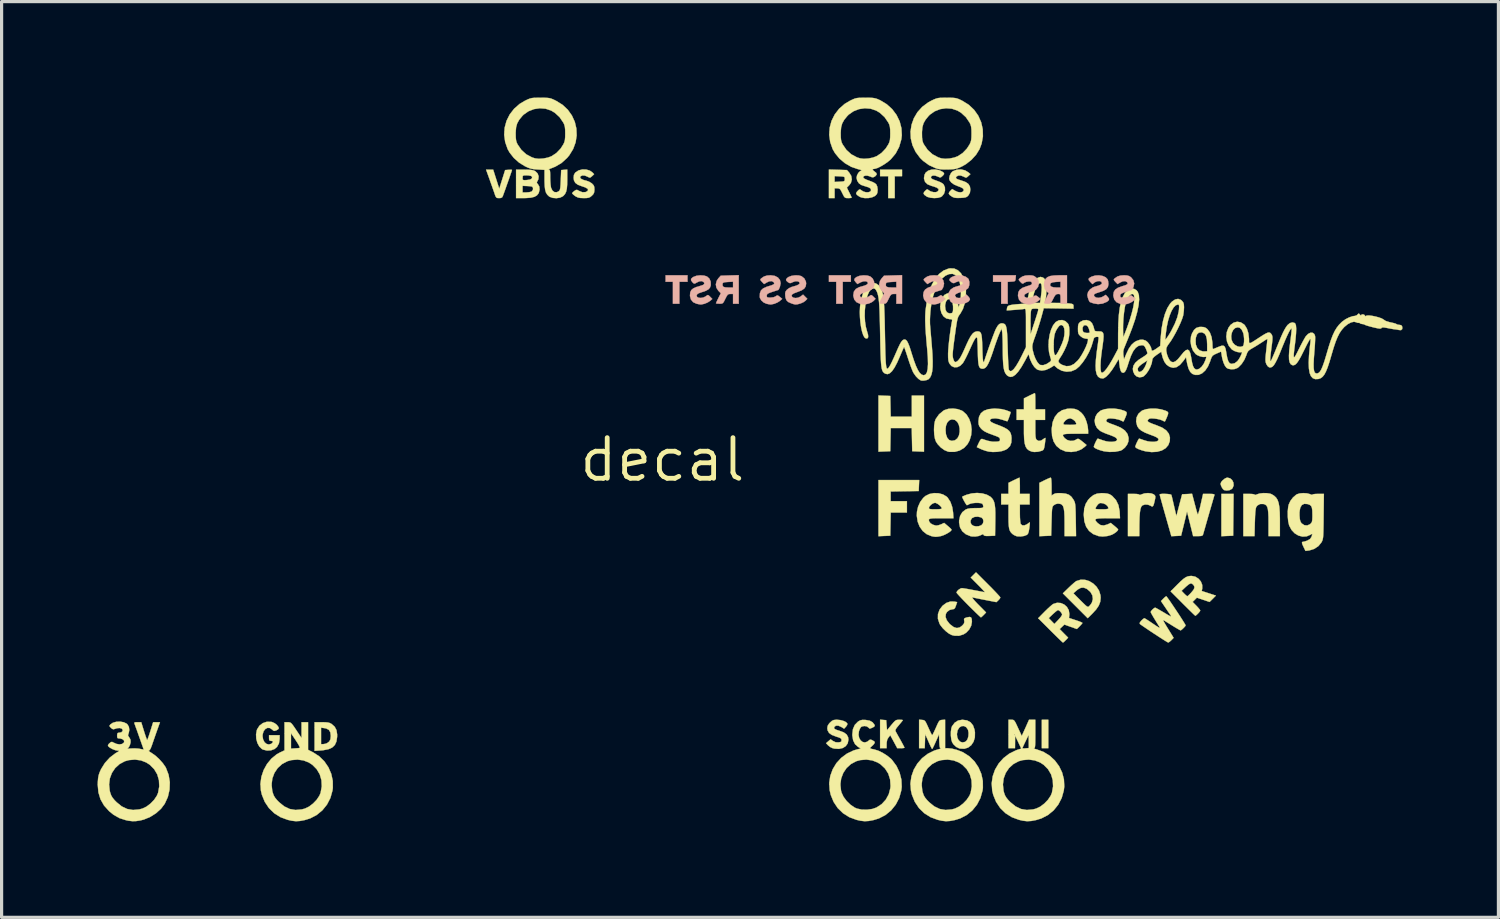
<source format=kicad_pcb>
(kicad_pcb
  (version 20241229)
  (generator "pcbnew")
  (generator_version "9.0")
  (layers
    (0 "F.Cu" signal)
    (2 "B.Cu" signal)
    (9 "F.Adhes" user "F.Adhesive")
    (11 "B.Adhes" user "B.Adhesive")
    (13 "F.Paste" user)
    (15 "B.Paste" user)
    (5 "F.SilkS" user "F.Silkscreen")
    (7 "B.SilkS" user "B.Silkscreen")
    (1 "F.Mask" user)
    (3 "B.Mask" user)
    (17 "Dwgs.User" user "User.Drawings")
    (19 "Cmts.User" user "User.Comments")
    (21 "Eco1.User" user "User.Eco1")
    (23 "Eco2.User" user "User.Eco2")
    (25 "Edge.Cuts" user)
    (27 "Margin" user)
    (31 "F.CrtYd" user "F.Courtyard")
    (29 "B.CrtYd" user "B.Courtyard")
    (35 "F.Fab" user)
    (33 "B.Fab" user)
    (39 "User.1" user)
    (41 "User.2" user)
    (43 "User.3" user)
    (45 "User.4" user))
  (footprint "decal"
    (layer "F.Cu")
    (at 17.654 11.321)
    (property "Reference" "decal" (at 0 0 0) (layer "F.SilkS") (effects (font (size 1.27 1.27) (thickness 0.15))))
    (attr through_hole)
    (fp_poly (pts (xy 12.065 9.017) (xy 11.862 9.017) (xy 11.862 8.128) (xy 12.065 8.128) (xy 12.065 9.017)) (stroke (width 0.01) (type solid)) (fill yes) (layer "F.SilkS"))
    (fp_poly (pts (xy 17.85 1.721) (xy 17.843 2.375) (xy 17.659 2.382) (xy 17.475 2.39) (xy 17.475 1.067) (xy 17.857 1.067) (xy 17.85 1.721)) (stroke (width 0.01) (type solid)) (fill yes) (layer "F.SilkS"))
    (fp_poly (pts (xy 7.493 -8.865) (xy 7.264 -8.865) (xy 7.264 -8.179) (xy 7.061 -8.179) (xy 7.061 -8.865) (xy 6.807 -8.865) (xy 6.807 -9.068) (xy 7.493 -9.068) (xy 7.493 -8.865)) (stroke (width 0.01) (type solid)) (fill yes) (layer "F.SilkS"))
    (fp_poly (pts (xy 8.021 0.806) (xy 8.014 0.978) (xy 7.576 0.985) (xy 7.137 0.992) (xy 7.137 1.295) (xy 7.645 1.295) (xy 7.645 1.651) (xy 7.139 1.651) (xy 7.125 2.375) (xy 6.941 2.382) (xy 6.756 2.39) (xy 6.756 0.635) (xy 8.029 0.635) (xy 8.021 0.806)) (stroke (width 0.01) (type solid)) (fill yes) (layer "F.SilkS"))
    (fp_poly (pts (xy 7.125 -1.994) (xy 7.132 -1.67) (xy 7.139 -1.346) (xy 7.798 -1.346) (xy 7.798 -2.007) (xy 8.179 -2.007) (xy 8.179 -0.252) (xy 7.995 -0.259) (xy 7.811 -0.267) (xy 7.803 -0.629) (xy 7.796 -0.991) (xy 7.139 -0.991) (xy 7.125 -0.267) (xy 6.941 -0.259) (xy 6.756 -0.252) (xy 6.756 -2.009) (xy 7.125 -1.994)) (stroke (width 0.01) (type solid)) (fill yes) (layer "F.SilkS"))
    (fp_poly (pts (xy 17.749 0.581) (xy 17.813 0.637) (xy 17.851 0.715) (xy 17.858 0.802) (xy 17.827 0.883) (xy 17.801 0.913) (xy 17.728 0.952) (xy 17.635 0.963) (xy 17.557 0.948) (xy 17.521 0.914) (xy 17.483 0.853) (xy 17.456 0.786) (xy 17.45 0.749) (xy 17.47 0.695) (xy 17.521 0.637) (xy 17.586 0.587) (xy 17.649 0.56) (xy 17.662 0.559) (xy 17.749 0.581)) (stroke (width 0.01) (type solid)) (fill yes) (layer "F.SilkS"))
    (fp_poly (pts (xy -5.098 -8.471) (xy -5.006 -8.763) (xy -4.914 -9.055) (xy -4.806 -9.063) (xy -4.741 -9.065) (xy -4.703 -9.062) (xy -4.699 -9.059) (xy -4.707 -9.033) (xy -4.729 -8.968) (xy -4.762 -8.873) (xy -4.802 -8.757) (xy -4.848 -8.628) (xy -4.894 -8.497) (xy -4.939 -8.371) (xy -4.98 -8.259) (xy -4.983 -8.249) (xy -5.009 -8.201) (xy -5.052 -8.182) (xy -5.103 -8.179) (xy -5.16 -8.182) (xy -5.194 -8.201) (xy -5.219 -8.247) (xy -5.237 -8.299) (xy -5.261 -8.37) (xy -5.298 -8.474) (xy -5.342 -8.599) (xy -5.389 -8.731) (xy -5.393 -8.744) (xy -5.51 -9.068) (xy -5.288 -9.068) (xy -5.098 -8.471)) (stroke (width 0.01) (type solid)) (fill yes) (layer "F.SilkS"))
    (fp_poly (pts (xy -10.531 8.206) (xy -10.451 8.214) (xy -10.394 8.23) (xy -10.343 8.257) (xy -10.335 8.262) (xy -10.242 8.346) (xy -10.186 8.452) (xy -10.165 8.588) (xy -10.166 8.662) (xy -10.187 8.806) (xy -10.237 8.916) (xy -10.321 8.997) (xy -10.442 9.05) (xy -10.605 9.081) (xy -10.671 9.087) (xy -10.871 9.1) (xy -10.871 8.89) (xy -10.668 8.89) (xy -10.603 8.89) (xy -10.528 8.878) (xy -10.482 8.86) (xy -10.412 8.808) (xy -10.375 8.737) (xy -10.364 8.632) (xy -10.378 8.52) (xy -10.424 8.444) (xy -10.507 8.4) (xy -10.56 8.39) (xy -10.668 8.375) (xy -10.668 8.89) (xy -10.871 8.89) (xy -10.871 8.204) (xy -10.646 8.204) (xy -10.531 8.206)) (stroke (width 0.01) (type solid)) (fill yes) (layer "F.SilkS"))
    (fp_poly (pts (xy 15.282 1.052) (xy 15.359 1.081) (xy 15.367 1.087) (xy 15.398 1.116) (xy 15.411 1.148) (xy 15.408 1.198) (xy 15.392 1.276) (xy 15.367 1.379) (xy 15.345 1.439) (xy 15.321 1.462) (xy 15.29 1.456) (xy 15.263 1.438) (xy 15.18 1.405) (xy 15.086 1.4) (xy 15.006 1.427) (xy 15 1.431) (xy 14.969 1.471) (xy 14.945 1.542) (xy 14.928 1.649) (xy 14.917 1.796) (xy 14.912 1.988) (xy 14.911 2.051) (xy 14.91 2.388) (xy 14.554 2.388) (xy 14.554 1.067) (xy 14.732 1.067) (xy 14.826 1.07) (xy 14.889 1.08) (xy 14.91 1.093) (xy 14.929 1.101) (xy 14.978 1.084) (xy 14.985 1.08) (xy 15.075 1.051) (xy 15.181 1.042) (xy 15.282 1.052)) (stroke (width 0.01) (type solid)) (fill yes) (layer "F.SilkS"))
    (fp_poly (pts (xy 18.897 1.045) (xy 18.998 1.06) (xy 19.045 1.077) (xy 19.124 1.126) (xy 19.186 1.184) (xy 19.232 1.258) (xy 19.265 1.354) (xy 19.287 1.48) (xy 19.299 1.64) (xy 19.304 1.843) (xy 19.304 1.921) (xy 19.304 2.388) (xy 18.948 2.388) (xy 18.948 1.98) (xy 18.947 1.793) (xy 18.94 1.65) (xy 18.928 1.545) (xy 18.907 1.472) (xy 18.877 1.425) (xy 18.835 1.397) (xy 18.788 1.383) (xy 18.683 1.384) (xy 18.601 1.43) (xy 18.563 1.48) (xy 18.549 1.531) (xy 18.537 1.629) (xy 18.528 1.769) (xy 18.522 1.946) (xy 18.521 1.962) (xy 18.511 2.388) (xy 18.161 2.388) (xy 18.161 1.067) (xy 18.339 1.067) (xy 18.433 1.07) (xy 18.495 1.08) (xy 18.517 1.093) (xy 18.536 1.101) (xy 18.585 1.084) (xy 18.592 1.08) (xy 18.673 1.055) (xy 18.782 1.043) (xy 18.897 1.045)) (stroke (width 0.01) (type solid)) (fill yes) (layer "F.SilkS"))
    (fp_poly (pts (xy 6.902 8.133) (xy 6.998 8.141) (xy 7.01 8.299) (xy 7.023 8.456) (xy 7.158 8.292) (xy 7.226 8.212) (xy 7.274 8.163) (xy 7.315 8.138) (xy 7.361 8.129) (xy 7.406 8.128) (xy 7.473 8.13) (xy 7.514 8.136) (xy 7.518 8.139) (xy 7.503 8.162) (xy 7.463 8.213) (xy 7.405 8.282) (xy 7.393 8.296) (xy 7.329 8.374) (xy 7.295 8.426) (xy 7.286 8.463) (xy 7.295 8.495) (xy 7.319 8.539) (xy 7.361 8.615) (xy 7.414 8.71) (xy 7.446 8.766) (xy 7.498 8.861) (xy 7.539 8.938) (xy 7.564 8.988) (xy 7.569 9.001) (xy 7.547 9.011) (xy 7.489 9.016) (xy 7.457 9.017) (xy 7.344 9.017) (xy 7.235 8.815) (xy 7.125 8.612) (xy 7.069 8.681) (xy 7.03 8.748) (xy 7.013 8.836) (xy 7.011 8.884) (xy 7.01 9.017) (xy 6.807 9.017) (xy 6.807 8.125) (xy 6.902 8.133)) (stroke (width 0.01) (type solid)) (fill yes) (layer "F.SilkS"))
    (fp_poly (pts (xy 13.21 3.753) (xy 13.344 3.794) (xy 13.467 3.868) (xy 13.572 3.969) (xy 13.651 4.093) (xy 13.695 4.233) (xy 13.702 4.318) (xy 13.688 4.441) (xy 13.642 4.56) (xy 13.559 4.682) (xy 13.434 4.817) (xy 13.432 4.819) (xy 13.296 4.953) (xy 12.908 4.564) (xy 12.52 4.176) (xy 12.523 4.174) (xy 12.849 4.174) (xy 13.072 4.398) (xy 13.165 4.49) (xy 13.229 4.551) (xy 13.273 4.586) (xy 13.302 4.598) (xy 13.324 4.593) (xy 13.343 4.578) (xy 13.391 4.521) (xy 13.427 4.465) (xy 13.458 4.354) (xy 13.443 4.242) (xy 13.384 4.137) (xy 13.286 4.049) (xy 13.258 4.031) (xy 13.168 3.997) (xy 13.084 4.003) (xy 12.993 4.051) (xy 12.94 4.094) (xy 12.849 4.174) (xy 12.523 4.174) (xy 12.705 3.997) (xy 12.789 3.918) (xy 12.865 3.851) (xy 12.921 3.806) (xy 12.941 3.792) (xy 13.073 3.751) (xy 13.21 3.753)) (stroke (width 0.01) (type solid)) (fill yes) (layer "F.SilkS"))
    (fp_poly (pts (xy 5.489 -9.064) (xy 5.77 -9.055) (xy 5.844 -8.972) (xy 5.906 -8.87) (xy 5.923 -8.76) (xy 5.895 -8.654) (xy 5.842 -8.582) (xy 5.767 -8.506) (xy 5.842 -8.356) (xy 5.881 -8.278) (xy 5.908 -8.219) (xy 5.918 -8.192) (xy 5.896 -8.184) (xy 5.838 -8.179) (xy 5.809 -8.179) (xy 5.749 -8.181) (xy 5.711 -8.193) (xy 5.68 -8.226) (xy 5.646 -8.291) (xy 5.626 -8.331) (xy 5.585 -8.413) (xy 5.553 -8.459) (xy 5.519 -8.479) (xy 5.474 -8.484) (xy 5.469 -8.484) (xy 5.385 -8.484) (xy 5.385 -8.179) (xy 5.207 -8.179) (xy 5.207 -8.684) (xy 5.385 -8.684) (xy 5.544 -8.692) (xy 5.63 -8.697) (xy 5.678 -8.706) (xy 5.698 -8.725) (xy 5.702 -8.761) (xy 5.702 -8.776) (xy 5.7 -8.817) (xy 5.686 -8.841) (xy 5.648 -8.852) (xy 5.575 -8.858) (xy 5.544 -8.859) (xy 5.385 -8.867) (xy 5.385 -8.684) (xy 5.207 -8.684) (xy 5.207 -9.072) (xy 5.489 -9.064)) (stroke (width 0.01) (type solid)) (fill yes) (layer "F.SilkS"))
    (fp_poly (pts (xy 9.523 8.147) (xy 9.633 8.206) (xy 9.712 8.304) (xy 9.76 8.441) (xy 9.772 8.521) (xy 9.769 8.679) (xy 9.728 8.815) (xy 9.656 8.923) (xy 9.557 8.998) (xy 9.437 9.035) (xy 9.3 9.028) (xy 9.284 9.024) (xy 9.186 8.977) (xy 9.1 8.896) (xy 9.058 8.83) (xy 9.032 8.741) (xy 9.019 8.626) (xy 9.019 8.575) (xy 9.208 8.575) (xy 9.219 8.676) (xy 9.255 8.757) (xy 9.311 8.814) (xy 9.38 8.837) (xy 9.458 8.821) (xy 9.499 8.794) (xy 9.542 8.732) (xy 9.567 8.641) (xy 9.573 8.539) (xy 9.556 8.446) (xy 9.552 8.437) (xy 9.499 8.36) (xy 9.429 8.324) (xy 9.353 8.327) (xy 9.284 8.37) (xy 9.233 8.45) (xy 9.228 8.463) (xy 9.208 8.575) (xy 9.019 8.575) (xy 9.019 8.505) (xy 9.033 8.398) (xy 9.054 8.333) (xy 9.137 8.221) (xy 9.244 8.152) (xy 9.376 8.128) (xy 9.381 8.128) (xy 9.523 8.147)) (stroke (width 0.01) (type solid)) (fill yes) (layer "F.SilkS"))
    (fp_poly (pts (xy 9.129 4.434) (xy 9.215 4.45) (xy 9.177 4.562) (xy 9.149 4.632) (xy 9.119 4.665) (xy 9.075 4.674) (xy 9.071 4.674) (xy 8.977 4.697) (xy 8.899 4.758) (xy 8.862 4.82) (xy 8.853 4.914) (xy 8.891 5.017) (xy 8.975 5.126) (xy 9.005 5.154) (xy 9.11 5.232) (xy 9.207 5.261) (xy 9.297 5.241) (xy 9.377 5.182) (xy 9.426 5.123) (xy 9.441 5.073) (xy 9.436 5.031) (xy 9.43 4.983) (xy 9.446 4.956) (xy 9.494 4.936) (xy 9.527 4.927) (xy 9.604 4.913) (xy 9.649 4.927) (xy 9.671 4.976) (xy 9.677 5.067) (xy 9.677 5.069) (xy 9.654 5.189) (xy 9.592 5.307) (xy 9.499 5.405) (xy 9.418 5.457) (xy 9.275 5.503) (xy 9.128 5.5) (xy 9.047 5.48) (xy 8.959 5.435) (xy 8.861 5.359) (xy 8.767 5.267) (xy 8.691 5.17) (xy 8.663 5.122) (xy 8.614 4.97) (xy 8.616 4.824) (xy 8.667 4.684) (xy 8.758 4.565) (xy 8.874 4.477) (xy 9.003 4.432) (xy 9.129 4.434)) (stroke (width 0.01) (type solid)) (fill yes) (layer "F.SilkS"))
    (fp_poly (pts (xy -12.232 8.192) (xy -12.191 8.202) (xy -12.112 8.239) (xy -12.044 8.296) (xy -11.999 8.358) (xy -11.989 8.395) (xy -12.01 8.425) (xy -12.061 8.457) (xy -12.066 8.459) (xy -12.124 8.477) (xy -12.162 8.466) (xy -12.194 8.436) (xy -12.267 8.386) (xy -12.341 8.381) (xy -12.408 8.415) (xy -12.462 8.482) (xy -12.492 8.578) (xy -12.497 8.638) (xy -12.48 8.743) (xy -12.437 8.827) (xy -12.374 8.882) (xy -12.301 8.901) (xy -12.226 8.88) (xy -12.205 8.865) (xy -12.17 8.822) (xy -12.182 8.796) (xy -12.23 8.788) (xy -12.273 8.782) (xy -12.291 8.752) (xy -12.294 8.7) (xy -12.294 8.611) (xy -11.963 8.611) (xy -11.963 8.726) (xy -11.984 8.866) (xy -12.045 8.977) (xy -12.123 9.043) (xy -12.234 9.084) (xy -12.36 9.09) (xy -12.479 9.061) (xy -12.517 9.042) (xy -12.598 8.965) (xy -12.658 8.855) (xy -12.693 8.724) (xy -12.7 8.586) (xy -12.677 8.456) (xy -12.665 8.424) (xy -12.593 8.312) (xy -12.489 8.233) (xy -12.365 8.191) (xy -12.232 8.192)) (stroke (width 0.01) (type solid)) (fill yes) (layer "F.SilkS"))
    (fp_poly (pts (xy 11.652 -2.059) (xy 11.656 -1.996) (xy 11.658 -1.903) (xy 11.659 -1.829) (xy 11.659 -1.575) (xy 11.963 -1.575) (xy 11.963 -1.245) (xy 11.659 -1.245) (xy 11.659 -0.954) (xy 11.66 -0.82) (xy 11.665 -0.728) (xy 11.675 -0.669) (xy 11.691 -0.633) (xy 11.699 -0.624) (xy 11.763 -0.588) (xy 11.838 -0.6) (xy 11.898 -0.638) (xy 11.945 -0.671) (xy 11.973 -0.683) (xy 11.974 -0.682) (xy 11.975 -0.655) (xy 11.969 -0.59) (xy 11.958 -0.502) (xy 11.957 -0.491) (xy 11.941 -0.394) (xy 11.925 -0.336) (xy 11.902 -0.303) (xy 11.868 -0.283) (xy 11.865 -0.282) (xy 11.745 -0.25) (xy 11.625 -0.242) (xy 11.548 -0.254) (xy 11.465 -0.288) (xy 11.402 -0.338) (xy 11.357 -0.409) (xy 11.327 -0.508) (xy 11.31 -0.642) (xy 11.303 -0.818) (xy 11.303 -0.888) (xy 11.303 -1.245) (xy 11.074 -1.245) (xy 11.074 -1.575) (xy 11.303 -1.575) (xy 11.303 -1.919) (xy 11.469 -2.001) (xy 11.551 -2.041) (xy 11.614 -2.07) (xy 11.645 -2.083) (xy 11.646 -2.083) (xy 11.652 -2.059)) (stroke (width 0.01) (type solid)) (fill yes) (layer "F.SilkS"))
    (fp_poly (pts (xy 11.169 0.582) (xy 11.173 0.646) (xy 11.175 0.739) (xy 11.176 0.813) (xy 11.176 1.067) (xy 11.481 1.067) (xy 11.481 1.397) (xy 11.176 1.397) (xy 11.176 1.678) (xy 11.178 1.797) (xy 11.185 1.901) (xy 11.194 1.977) (xy 11.202 2.008) (xy 11.249 2.049) (xy 11.318 2.052) (xy 11.395 2.019) (xy 11.412 2.007) (xy 11.459 1.972) (xy 11.486 1.956) (xy 11.486 1.956) (xy 11.488 1.979) (xy 11.483 2.04) (xy 11.473 2.125) (xy 11.472 2.136) (xy 11.454 2.24) (xy 11.433 2.305) (xy 11.404 2.342) (xy 11.394 2.349) (xy 11.311 2.382) (xy 11.204 2.398) (xy 11.101 2.395) (xy 11.065 2.387) (xy 10.993 2.355) (xy 10.942 2.319) (xy 10.897 2.273) (xy 10.864 2.221) (xy 10.842 2.156) (xy 10.829 2.067) (xy 10.822 1.947) (xy 10.82 1.786) (xy 10.82 1.767) (xy 10.82 1.397) (xy 10.592 1.397) (xy 10.592 1.067) (xy 10.82 1.067) (xy 10.82 0.722) (xy 10.986 0.64) (xy 11.068 0.601) (xy 11.131 0.572) (xy 11.163 0.559) (xy 11.164 0.559) (xy 11.169 0.582)) (stroke (width 0.01) (type solid)) (fill yes) (layer "F.SilkS"))
    (fp_poly (pts (xy 9.228 -1.583) (xy 9.355 -1.539) (xy 9.393 -1.518) (xy 9.508 -1.413) (xy 9.593 -1.275) (xy 9.647 -1.116) (xy 9.668 -0.944) (xy 9.654 -0.77) (xy 9.604 -0.604) (xy 9.542 -0.49) (xy 9.433 -0.371) (xy 9.294 -0.288) (xy 9.137 -0.246) (xy 8.972 -0.247) (xy 8.925 -0.256) (xy 8.816 -0.302) (xy 8.704 -0.383) (xy 8.607 -0.486) (xy 8.553 -0.568) (xy 8.52 -0.662) (xy 8.499 -0.788) (xy 8.492 -0.928) (xy 8.492 -0.942) (xy 8.853 -0.942) (xy 8.865 -0.798) (xy 8.904 -0.688) (xy 8.964 -0.618) (xy 9.044 -0.59) (xy 9.14 -0.607) (xy 9.154 -0.613) (xy 9.225 -0.671) (xy 9.272 -0.761) (xy 9.294 -0.87) (xy 9.292 -0.985) (xy 9.267 -1.094) (xy 9.219 -1.184) (xy 9.148 -1.243) (xy 9.141 -1.246) (xy 9.049 -1.262) (xy 8.969 -1.232) (xy 8.906 -1.164) (xy 8.866 -1.06) (xy 8.853 -0.942) (xy 8.492 -0.942) (xy 8.497 -1.068) (xy 8.516 -1.189) (xy 8.544 -1.27) (xy 8.649 -1.419) (xy 8.783 -1.531) (xy 8.824 -1.554) (xy 8.943 -1.592) (xy 9.085 -1.601) (xy 9.228 -1.583)) (stroke (width 0.01) (type solid)) (fill yes) (layer "F.SilkS"))
    (fp_poly (pts (xy 5.566 8.138) (xy 5.664 8.165) (xy 5.741 8.202) (xy 5.783 8.246) (xy 5.784 8.248) (xy 5.778 8.289) (xy 5.743 8.341) (xy 5.74 8.345) (xy 5.682 8.407) (xy 5.6 8.356) (xy 5.504 8.313) (xy 5.428 8.313) (xy 5.386 8.343) (xy 5.367 8.38) (xy 5.382 8.412) (xy 5.438 8.441) (xy 5.538 8.473) (xy 5.671 8.523) (xy 5.759 8.587) (xy 5.806 8.67) (xy 5.817 8.75) (xy 5.795 8.864) (xy 5.733 8.952) (xy 5.64 9.011) (xy 5.52 9.038) (xy 5.381 9.03) (xy 5.32 9.015) (xy 5.247 8.98) (xy 5.181 8.927) (xy 5.18 8.927) (xy 5.118 8.86) (xy 5.26 8.738) (xy 5.331 8.79) (xy 5.418 8.831) (xy 5.501 8.835) (xy 5.566 8.825) (xy 5.595 8.804) (xy 5.601 8.764) (xy 5.595 8.729) (xy 5.571 8.704) (xy 5.517 8.68) (xy 5.436 8.655) (xy 5.301 8.604) (xy 5.212 8.541) (xy 5.166 8.461) (xy 5.156 8.391) (xy 5.168 8.317) (xy 5.211 8.249) (xy 5.243 8.214) (xy 5.302 8.162) (xy 5.358 8.136) (xy 5.433 8.128) (xy 5.461 8.128) (xy 5.566 8.138)) (stroke (width 0.01) (type solid)) (fill yes) (layer "F.SilkS"))
    (fp_poly (pts (xy 12.153 0.583) (xy 12.161 0.65) (xy 12.166 0.754) (xy 12.167 0.839) (xy 12.167 1.119) (xy 12.23 1.077) (xy 12.282 1.054) (xy 12.356 1.044) (xy 12.464 1.045) (xy 12.478 1.045) (xy 12.611 1.06) (xy 12.709 1.094) (xy 12.785 1.154) (xy 12.852 1.249) (xy 12.857 1.257) (xy 12.877 1.295) (xy 12.892 1.333) (xy 12.903 1.381) (xy 12.911 1.446) (xy 12.916 1.536) (xy 12.92 1.658) (xy 12.923 1.822) (xy 12.924 1.873) (xy 12.932 2.388) (xy 12.573 2.388) (xy 12.573 1.967) (xy 12.571 1.776) (xy 12.564 1.63) (xy 12.549 1.524) (xy 12.525 1.45) (xy 12.489 1.404) (xy 12.44 1.38) (xy 12.375 1.372) (xy 12.358 1.372) (xy 12.295 1.387) (xy 12.239 1.42) (xy 12.218 1.439) (xy 12.202 1.463) (xy 12.19 1.498) (xy 12.182 1.553) (xy 12.176 1.635) (xy 12.172 1.751) (xy 12.167 1.911) (xy 12.167 1.922) (xy 12.154 2.375) (xy 11.97 2.382) (xy 11.786 2.39) (xy 11.786 0.722) (xy 11.951 0.64) (xy 12.036 0.6) (xy 12.103 0.571) (xy 12.14 0.559) (xy 12.142 0.559) (xy 12.153 0.583)) (stroke (width 0.01) (type solid)) (fill yes) (layer "F.SilkS"))
    (fp_poly (pts (xy 16.659 3.655) (xy 16.758 3.717) (xy 16.834 3.806) (xy 16.876 3.913) (xy 16.877 4.021) (xy 16.862 4.103) (xy 17.083 4.175) (xy 17.304 4.247) (xy 17.106 4.445) (xy 16.708 4.312) (xy 16.642 4.378) (xy 16.575 4.445) (xy 16.695 4.566) (xy 16.756 4.632) (xy 16.799 4.685) (xy 16.815 4.714) (xy 16.798 4.745) (xy 16.759 4.792) (xy 16.712 4.839) (xy 16.673 4.872) (xy 16.661 4.877) (xy 16.64 4.86) (xy 16.589 4.812) (xy 16.513 4.738) (xy 16.418 4.644) (xy 16.308 4.535) (xy 16.269 4.496) (xy 15.889 4.115) (xy 15.906 4.098) (xy 16.229 4.098) (xy 16.311 4.183) (xy 16.363 4.233) (xy 16.401 4.263) (xy 16.41 4.267) (xy 16.435 4.25) (xy 16.483 4.205) (xy 16.532 4.153) (xy 16.601 4.07) (xy 16.632 4.006) (xy 16.626 3.952) (xy 16.595 3.907) (xy 16.554 3.872) (xy 16.511 3.867) (xy 16.458 3.893) (xy 16.384 3.954) (xy 16.356 3.979) (xy 16.229 4.098) (xy 15.906 4.098) (xy 16.091 3.91) (xy 16.203 3.8) (xy 16.29 3.723) (xy 16.363 3.673) (xy 16.429 3.645) (xy 16.499 3.634) (xy 16.545 3.632) (xy 16.659 3.655)) (stroke (width 0.01) (type solid)) (fill yes) (layer "F.SilkS"))
    (fp_poly (pts (xy 9.464 -9.045) (xy 9.564 -8.984) (xy 9.63 -8.928) (xy 9.564 -8.866) (xy 9.517 -8.826) (xy 9.483 -8.819) (xy 9.436 -8.841) (xy 9.425 -8.847) (xy 9.334 -8.883) (xy 9.253 -8.885) (xy 9.194 -8.851) (xy 9.194 -8.851) (xy 9.176 -8.818) (xy 9.188 -8.791) (xy 9.236 -8.765) (xy 9.326 -8.735) (xy 9.356 -8.726) (xy 9.485 -8.678) (xy 9.569 -8.618) (xy 9.615 -8.539) (xy 9.627 -8.448) (xy 9.615 -8.349) (xy 9.573 -8.272) (xy 9.566 -8.263) (xy 9.529 -8.226) (xy 9.487 -8.204) (xy 9.426 -8.192) (xy 9.33 -8.185) (xy 9.318 -8.184) (xy 9.21 -8.183) (xy 9.135 -8.191) (xy 9.078 -8.211) (xy 9.052 -8.226) (xy 8.98 -8.278) (xy 8.953 -8.32) (xy 8.966 -8.363) (xy 8.997 -8.399) (xy 9.06 -8.462) (xy 9.147 -8.409) (xy 9.234 -8.37) (xy 9.315 -8.358) (xy 9.379 -8.371) (xy 9.416 -8.407) (xy 9.419 -8.449) (xy 9.393 -8.484) (xy 9.326 -8.52) (xy 9.249 -8.548) (xy 9.127 -8.599) (xy 9.034 -8.664) (xy 8.979 -8.735) (xy 8.966 -8.786) (xy 8.982 -8.877) (xy 9.023 -8.961) (xy 9.074 -9.015) (xy 9.199 -9.066) (xy 9.334 -9.076) (xy 9.464 -9.045)) (stroke (width 0.01) (type solid)) (fill yes) (layer "F.SilkS"))
    (fp_poly (pts (xy 12.454 4.479) (xy 12.56 4.524) (xy 12.646 4.6) (xy 12.704 4.7) (xy 12.723 4.819) (xy 12.722 4.843) (xy 12.712 4.946) (xy 12.922 5.015) (xy 13.016 5.047) (xy 13.088 5.076) (xy 13.128 5.097) (xy 13.132 5.102) (xy 13.115 5.129) (xy 13.072 5.177) (xy 13.044 5.206) (xy 12.957 5.291) (xy 12.762 5.222) (xy 12.567 5.152) (xy 12.42 5.293) (xy 12.552 5.428) (xy 12.685 5.562) (xy 12.611 5.638) (xy 12.563 5.686) (xy 12.529 5.713) (xy 12.523 5.715) (xy 12.502 5.698) (xy 12.45 5.65) (xy 12.374 5.576) (xy 12.278 5.482) (xy 12.168 5.373) (xy 12.129 5.334) (xy 11.748 4.953) (xy 11.752 4.95) (xy 12.078 4.95) (xy 12.167 5.042) (xy 12.255 5.134) (xy 12.376 5.007) (xy 12.437 4.938) (xy 12.48 4.878) (xy 12.497 4.841) (xy 12.479 4.793) (xy 12.437 4.742) (xy 12.39 4.705) (xy 12.368 4.699) (xy 12.337 4.715) (xy 12.282 4.759) (xy 12.214 4.82) (xy 12.209 4.824) (xy 12.078 4.95) (xy 11.752 4.95) (xy 11.951 4.748) (xy 12.04 4.661) (xy 12.122 4.586) (xy 12.188 4.53) (xy 12.222 4.507) (xy 12.339 4.471) (xy 12.454 4.479)) (stroke (width 0.01) (type solid)) (fill yes) (layer "F.SilkS"))
    (fp_poly (pts (xy -4.312 -9.068) (xy -4.184 -9.066) (xy -4.094 -9.059) (xy -4.031 -9.046) (xy -3.981 -9.025) (xy -3.97 -9.018) (xy -3.9 -8.95) (xy -3.867 -8.862) (xy -3.875 -8.769) (xy -3.896 -8.725) (xy -3.923 -8.677) (xy -3.916 -8.644) (xy -3.887 -8.611) (xy -3.846 -8.538) (xy -3.838 -8.443) (xy -3.862 -8.344) (xy -3.868 -8.331) (xy -3.919 -8.265) (xy -3.998 -8.219) (xy -4.112 -8.191) (xy -4.267 -8.18) (xy -4.324 -8.179) (xy -4.572 -8.179) (xy -4.572 -8.357) (xy -4.369 -8.357) (xy -4.247 -8.357) (xy -4.164 -8.363) (xy -4.097 -8.38) (xy -4.079 -8.39) (xy -4.044 -8.444) (xy -4.043 -8.485) (xy -4.052 -8.519) (xy -4.075 -8.539) (xy -4.125 -8.549) (xy -4.21 -8.555) (xy -4.369 -8.562) (xy -4.369 -8.357) (xy -4.572 -8.357) (xy -4.572 -8.812) (xy -4.369 -8.812) (xy -4.367 -8.767) (xy -4.351 -8.745) (xy -4.31 -8.739) (xy -4.238 -8.743) (xy -4.143 -8.756) (xy -4.09 -8.783) (xy -4.079 -8.795) (xy -4.069 -8.842) (xy -4.107 -8.873) (xy -4.192 -8.888) (xy -4.248 -8.89) (xy -4.321 -8.888) (xy -4.356 -8.877) (xy -4.368 -8.847) (xy -4.369 -8.812) (xy -4.572 -8.812) (xy -4.572 -9.068) (xy -4.312 -9.068)) (stroke (width 0.01) (type solid)) (fill yes) (layer "F.SilkS"))
    (fp_poly (pts (xy 8.659 -9.05) (xy 8.751 -9.006) (xy 8.8 -8.967) (xy 8.808 -8.932) (xy 8.774 -8.887) (xy 8.753 -8.867) (xy 8.709 -8.83) (xy 8.673 -8.825) (xy 8.62 -8.847) (xy 8.612 -8.851) (xy 8.53 -8.881) (xy 8.458 -8.884) (xy 8.409 -8.863) (xy 8.395 -8.829) (xy 8.406 -8.798) (xy 8.446 -8.77) (xy 8.524 -8.739) (xy 8.571 -8.723) (xy 8.679 -8.681) (xy 8.76 -8.636) (xy 8.792 -8.606) (xy 8.833 -8.516) (xy 8.836 -8.414) (xy 8.805 -8.316) (xy 8.743 -8.238) (xy 8.709 -8.215) (xy 8.617 -8.187) (xy 8.502 -8.179) (xy 8.384 -8.189) (xy 8.286 -8.216) (xy 8.264 -8.228) (xy 8.193 -8.278) (xy 8.166 -8.32) (xy 8.18 -8.365) (xy 8.213 -8.402) (xy 8.258 -8.444) (xy 8.288 -8.452) (xy 8.32 -8.43) (xy 8.327 -8.424) (xy 8.393 -8.386) (xy 8.475 -8.365) (xy 8.552 -8.364) (xy 8.598 -8.382) (xy 8.636 -8.427) (xy 8.63 -8.467) (xy 8.58 -8.505) (xy 8.482 -8.541) (xy 8.411 -8.561) (xy 8.29 -8.61) (xy 8.213 -8.684) (xy 8.18 -8.782) (xy 8.179 -8.809) (xy 8.196 -8.908) (xy 8.229 -8.972) (xy 8.308 -9.035) (xy 8.415 -9.069) (xy 8.537 -9.074) (xy 8.659 -9.05)) (stroke (width 0.01) (type solid)) (fill yes) (layer "F.SilkS"))
    (fp_poly (pts (xy 10.185 3.899) (xy 10.299 4.013) (xy 10.398 4.116) (xy 10.479 4.202) (xy 10.537 4.266) (xy 10.564 4.302) (xy 10.566 4.307) (xy 10.549 4.342) (xy 10.508 4.389) (xy 10.504 4.393) (xy 10.443 4.451) (xy 10.092 4.383) (xy 9.96 4.357) (xy 9.844 4.334) (xy 9.753 4.315) (xy 9.698 4.303) (xy 9.69 4.301) (xy 9.688 4.313) (xy 9.717 4.354) (xy 9.773 4.419) (xy 9.85 4.501) (xy 9.88 4.531) (xy 10.12 4.774) (xy 10.046 4.851) (xy 9.997 4.898) (xy 9.964 4.925) (xy 9.958 4.928) (xy 9.937 4.91) (xy 9.885 4.862) (xy 9.808 4.789) (xy 9.713 4.695) (xy 9.603 4.587) (xy 9.569 4.553) (xy 9.457 4.439) (xy 9.359 4.337) (xy 9.279 4.252) (xy 9.223 4.189) (xy 9.196 4.155) (xy 9.195 4.151) (xy 9.215 4.108) (xy 9.263 4.061) (xy 9.321 4.025) (xy 9.363 4.013) (xy 9.406 4.018) (xy 9.488 4.031) (xy 9.597 4.05) (xy 9.722 4.074) (xy 9.738 4.077) (xy 9.861 4.1) (xy 9.965 4.12) (xy 10.04 4.134) (xy 10.077 4.14) (xy 10.079 4.14) (xy 10.069 4.123) (xy 10.028 4.078) (xy 9.964 4.01) (xy 9.882 3.926) (xy 9.868 3.912) (xy 9.64 3.683) (xy 9.805 3.519) (xy 10.185 3.899)) (stroke (width 0.01) (type solid)) (fill yes) (layer "F.SilkS"))
    (fp_poly (pts (xy -2.382 -9.072) (xy -2.269 -9.039) (xy -2.186 -8.981) (xy -2.133 -8.925) (xy -2.198 -8.864) (xy -2.244 -8.825) (xy -2.279 -8.819) (xy -2.327 -8.842) (xy -2.335 -8.847) (xy -2.424 -8.883) (xy -2.505 -8.886) (xy -2.562 -8.855) (xy -2.564 -8.854) (xy -2.57 -8.815) (xy -2.533 -8.777) (xy -2.458 -8.743) (xy -2.378 -8.723) (xy -2.292 -8.693) (xy -2.21 -8.643) (xy -2.2 -8.635) (xy -2.15 -8.582) (xy -2.128 -8.529) (xy -2.123 -8.451) (xy -2.123 -8.443) (xy -2.131 -8.36) (xy -2.157 -8.302) (xy -2.206 -8.251) (xy -2.256 -8.211) (xy -2.307 -8.19) (xy -2.375 -8.18) (xy -2.458 -8.179) (xy -2.563 -8.183) (xy -2.636 -8.197) (xy -2.7 -8.227) (xy -2.725 -8.243) (xy -2.782 -8.287) (xy -2.815 -8.321) (xy -2.819 -8.33) (xy -2.801 -8.359) (xy -2.755 -8.398) (xy -2.75 -8.402) (xy -2.7 -8.433) (xy -2.663 -8.436) (xy -2.614 -8.41) (xy -2.603 -8.404) (xy -2.502 -8.363) (xy -2.406 -8.365) (xy -2.349 -8.392) (xy -2.319 -8.432) (xy -2.34 -8.473) (xy -2.41 -8.514) (xy -2.515 -8.549) (xy -2.64 -8.596) (xy -2.721 -8.655) (xy -2.763 -8.734) (xy -2.773 -8.813) (xy -2.764 -8.902) (xy -2.728 -8.967) (xy -2.712 -8.983) (xy -2.62 -9.044) (xy -2.504 -9.073) (xy -2.382 -9.072)) (stroke (width 0.01) (type solid)) (fill yes) (layer "F.SilkS"))
    (fp_poly (pts (xy 16.581 1.148) (xy 16.597 1.211) (xy 16.622 1.306) (xy 16.651 1.416) (xy 16.663 1.46) (xy 16.69 1.563) (xy 16.714 1.646) (xy 16.732 1.698) (xy 16.738 1.708) (xy 16.749 1.692) (xy 16.768 1.635) (xy 16.793 1.545) (xy 16.821 1.43) (xy 16.828 1.397) (xy 16.903 1.067) (xy 17.087 1.067) (xy 17.187 1.069) (xy 17.242 1.078) (xy 17.261 1.093) (xy 17.26 1.099) (xy 17.25 1.131) (xy 17.228 1.205) (xy 17.197 1.314) (xy 17.157 1.45) (xy 17.112 1.606) (xy 17.081 1.714) (xy 17.033 1.881) (xy 16.99 2.032) (xy 16.953 2.162) (xy 16.924 2.262) (xy 16.906 2.325) (xy 16.9 2.343) (xy 16.883 2.369) (xy 16.841 2.383) (xy 16.763 2.387) (xy 16.74 2.388) (xy 16.592 2.388) (xy 16.497 2.003) (xy 16.401 1.619) (xy 16.309 1.997) (xy 16.216 2.375) (xy 15.911 2.39) (xy 15.728 1.746) (xy 15.679 1.574) (xy 15.635 1.417) (xy 15.598 1.283) (xy 15.569 1.179) (xy 15.551 1.11) (xy 15.545 1.085) (xy 15.567 1.073) (xy 15.625 1.066) (xy 15.703 1.066) (xy 15.785 1.07) (xy 15.857 1.078) (xy 15.903 1.091) (xy 15.912 1.099) (xy 15.922 1.134) (xy 15.94 1.209) (xy 15.964 1.312) (xy 15.992 1.433) (xy 15.995 1.446) (xy 16.068 1.763) (xy 16.158 1.421) (xy 16.248 1.079) (xy 16.403 1.072) (xy 16.558 1.064) (xy 16.581 1.148)) (stroke (width 0.01) (type solid)) (fill yes) (layer "F.SilkS"))
    (fp_poly (pts (xy 12.892 -1.588) (xy 13 -1.547) (xy 13.097 -1.469) (xy 13.16 -1.397) (xy 13.215 -1.304) (xy 13.262 -1.181) (xy 13.296 -1.045) (xy 13.31 -0.919) (xy 13.31 -0.909) (xy 13.31 -0.813) (xy 12.916 -0.813) (xy 12.755 -0.812) (xy 12.64 -0.808) (xy 12.566 -0.799) (xy 12.528 -0.783) (xy 12.521 -0.758) (xy 12.54 -0.722) (xy 12.579 -0.673) (xy 12.657 -0.617) (xy 12.755 -0.589) (xy 12.854 -0.594) (xy 12.914 -0.619) (xy 12.961 -0.647) (xy 12.997 -0.655) (xy 13.036 -0.64) (xy 13.093 -0.598) (xy 13.14 -0.56) (xy 13.261 -0.46) (xy 13.21 -0.409) (xy 13.091 -0.322) (xy 12.944 -0.265) (xy 12.783 -0.242) (xy 12.626 -0.255) (xy 12.596 -0.262) (xy 12.439 -0.33) (xy 12.317 -0.433) (xy 12.231 -0.571) (xy 12.182 -0.743) (xy 12.17 -0.947) (xy 12.172 -0.984) (xy 12.193 -1.118) (xy 12.537 -1.118) (xy 12.55 -1.103) (xy 12.587 -1.095) (xy 12.659 -1.093) (xy 12.738 -1.092) (xy 12.841 -1.093) (xy 12.903 -1.097) (xy 12.932 -1.107) (xy 12.939 -1.124) (xy 12.936 -1.144) (xy 12.898 -1.207) (xy 12.832 -1.262) (xy 12.759 -1.293) (xy 12.738 -1.295) (xy 12.667 -1.275) (xy 12.596 -1.225) (xy 12.548 -1.163) (xy 12.54 -1.144) (xy 12.537 -1.118) (xy 12.193 -1.118) (xy 12.202 -1.179) (xy 12.268 -1.339) (xy 12.367 -1.463) (xy 12.496 -1.548) (xy 12.656 -1.593) (xy 12.759 -1.6) (xy 12.892 -1.588)) (stroke (width 0.01) (type solid)) (fill yes) (layer "F.SilkS"))
    (fp_poly (pts (xy 13.806 1.046) (xy 13.908 1.057) (xy 13.981 1.079) (xy 14.046 1.12) (xy 14.064 1.134) (xy 14.18 1.26) (xy 14.257 1.418) (xy 14.294 1.607) (xy 14.296 1.644) (xy 14.306 1.829) (xy 13.922 1.829) (xy 13.761 1.83) (xy 13.646 1.835) (xy 13.573 1.845) (xy 13.539 1.864) (xy 13.537 1.892) (xy 13.565 1.933) (xy 13.612 1.983) (xy 13.7 2.043) (xy 13.799 2.055) (xy 13.915 2.022) (xy 13.929 2.016) (xy 14.016 1.974) (xy 14.133 2.07) (xy 14.195 2.123) (xy 14.237 2.165) (xy 14.249 2.183) (xy 14.229 2.219) (xy 14.178 2.266) (xy 14.11 2.313) (xy 14.046 2.346) (xy 13.91 2.385) (xy 13.764 2.4) (xy 13.634 2.387) (xy 13.633 2.386) (xy 13.468 2.324) (xy 13.339 2.225) (xy 13.247 2.092) (xy 13.191 1.924) (xy 13.173 1.721) (xy 13.173 1.714) (xy 13.187 1.535) (xy 13.538 1.535) (xy 13.562 1.542) (xy 13.624 1.547) (xy 13.713 1.549) (xy 13.741 1.549) (xy 13.85 1.547) (xy 13.914 1.539) (xy 13.942 1.524) (xy 13.945 1.516) (xy 13.922 1.455) (xy 13.864 1.401) (xy 13.786 1.364) (xy 13.705 1.352) (xy 13.667 1.358) (xy 13.623 1.39) (xy 13.577 1.447) (xy 13.544 1.507) (xy 13.538 1.535) (xy 13.187 1.535) (xy 13.187 1.533) (xy 13.231 1.384) (xy 13.308 1.257) (xy 13.372 1.187) (xy 13.476 1.105) (xy 13.588 1.059) (xy 13.724 1.044) (xy 13.806 1.046)) (stroke (width 0.01) (type solid)) (fill yes) (layer "F.SilkS"))
    (fp_poly (pts (xy 8.637 1.048) (xy 8.773 1.085) (xy 8.886 1.152) (xy 8.919 1.185) (xy 9.005 1.317) (xy 9.063 1.483) (xy 9.088 1.645) (xy 9.1 1.829) (xy 8.716 1.829) (xy 8.563 1.829) (xy 8.454 1.832) (xy 8.384 1.839) (xy 8.345 1.853) (xy 8.33 1.874) (xy 8.334 1.906) (xy 8.347 1.942) (xy 8.387 1.989) (xy 8.456 2.03) (xy 8.536 2.054) (xy 8.57 2.057) (xy 8.637 2.046) (xy 8.714 2.019) (xy 8.721 2.016) (xy 8.809 1.974) (xy 8.925 2.072) (xy 8.988 2.127) (xy 9.03 2.17) (xy 9.042 2.19) (xy 9.021 2.223) (xy 8.965 2.267) (xy 8.888 2.313) (xy 8.803 2.354) (xy 8.724 2.382) (xy 8.71 2.386) (xy 8.612 2.404) (xy 8.54 2.409) (xy 8.468 2.4) (xy 8.416 2.389) (xy 8.265 2.328) (xy 8.14 2.228) (xy 8.044 2.094) (xy 7.981 1.934) (xy 7.954 1.752) (xy 7.959 1.627) (xy 7.985 1.51) (xy 8.331 1.51) (xy 8.34 1.53) (xy 8.372 1.542) (xy 8.438 1.548) (xy 8.534 1.549) (xy 8.645 1.546) (xy 8.714 1.537) (xy 8.738 1.522) (xy 8.717 1.477) (xy 8.667 1.424) (xy 8.603 1.377) (xy 8.542 1.349) (xy 8.522 1.346) (xy 8.459 1.364) (xy 8.395 1.409) (xy 8.346 1.465) (xy 8.331 1.51) (xy 7.985 1.51) (xy 7.994 1.469) (xy 8.061 1.32) (xy 8.153 1.196) (xy 8.225 1.132) (xy 8.35 1.07) (xy 8.492 1.043) (xy 8.637 1.048)) (stroke (width 0.01) (type solid)) (fill yes) (layer "F.SilkS"))
    (fp_poly (pts (xy 10.6 -1.584) (xy 10.736 -1.55) (xy 10.813 -1.522) (xy 10.869 -1.5) (xy 10.888 -1.49) (xy 10.884 -1.465) (xy 10.867 -1.409) (xy 10.843 -1.338) (xy 10.817 -1.269) (xy 10.795 -1.218) (xy 10.786 -1.202) (xy 10.762 -1.207) (xy 10.704 -1.225) (xy 10.642 -1.246) (xy 10.544 -1.273) (xy 10.447 -1.291) (xy 10.401 -1.294) (xy 10.301 -1.285) (xy 10.248 -1.258) (xy 10.241 -1.221) (xy 10.283 -1.177) (xy 10.373 -1.132) (xy 10.38 -1.129) (xy 10.555 -1.063) (xy 10.687 -1.006) (xy 10.782 -0.952) (xy 10.846 -0.896) (xy 10.886 -0.833) (xy 10.907 -0.759) (xy 10.916 -0.679) (xy 10.909 -0.537) (xy 10.868 -0.429) (xy 10.789 -0.347) (xy 10.726 -0.309) (xy 10.617 -0.271) (xy 10.478 -0.248) (xy 10.331 -0.242) (xy 10.206 -0.254) (xy 10.11 -0.278) (xy 10.003 -0.315) (xy 9.958 -0.334) (xy 9.83 -0.394) (xy 9.893 -0.53) (xy 9.934 -0.608) (xy 9.966 -0.646) (xy 9.996 -0.651) (xy 10 -0.649) (xy 10.167 -0.594) (xy 10.307 -0.566) (xy 10.416 -0.564) (xy 10.495 -0.57) (xy 10.536 -0.582) (xy 10.552 -0.606) (xy 10.554 -0.635) (xy 10.548 -0.671) (xy 10.523 -0.699) (xy 10.468 -0.726) (xy 10.389 -0.756) (xy 10.242 -0.809) (xy 10.135 -0.854) (xy 10.057 -0.896) (xy 9.998 -0.94) (xy 9.956 -0.983) (xy 9.908 -1.047) (xy 9.886 -1.112) (xy 9.881 -1.201) (xy 9.899 -1.342) (xy 9.956 -1.452) (xy 10.051 -1.531) (xy 10.187 -1.58) (xy 10.363 -1.599) (xy 10.396 -1.6) (xy 10.6 -1.584)) (stroke (width 0.01) (type solid)) (fill yes) (layer "F.SilkS"))
    (fp_poly (pts (xy 15.421 -1.599) (xy 15.571 -1.579) (xy 15.635 -1.562) (xy 15.735 -1.531) (xy 15.791 -1.503) (xy 15.813 -1.468) (xy 15.805 -1.416) (xy 15.774 -1.336) (xy 15.774 -1.336) (xy 15.742 -1.261) (xy 15.717 -1.209) (xy 15.706 -1.194) (xy 15.678 -1.204) (xy 15.625 -1.23) (xy 15.619 -1.233) (xy 15.552 -1.257) (xy 15.458 -1.277) (xy 15.385 -1.287) (xy 15.292 -1.293) (xy 15.236 -1.288) (xy 15.201 -1.27) (xy 15.19 -1.258) (xy 15.167 -1.22) (xy 15.185 -1.191) (xy 15.2 -1.179) (xy 15.246 -1.155) (xy 15.325 -1.122) (xy 15.422 -1.087) (xy 15.449 -1.077) (xy 15.625 -1.004) (xy 15.752 -0.917) (xy 15.832 -0.815) (xy 15.867 -0.695) (xy 15.862 -0.582) (xy 15.817 -0.459) (xy 15.733 -0.361) (xy 15.614 -0.29) (xy 15.466 -0.249) (xy 15.296 -0.239) (xy 15.108 -0.263) (xy 15.097 -0.265) (xy 14.984 -0.296) (xy 14.888 -0.331) (xy 14.818 -0.366) (xy 14.784 -0.398) (xy 14.783 -0.404) (xy 14.793 -0.443) (xy 14.817 -0.504) (xy 14.849 -0.571) (xy 14.879 -0.628) (xy 14.901 -0.659) (xy 14.905 -0.66) (xy 14.936 -0.652) (xy 15 -0.63) (xy 15.056 -0.61) (xy 15.165 -0.578) (xy 15.278 -0.562) (xy 15.38 -0.561) (xy 15.459 -0.576) (xy 15.495 -0.598) (xy 15.511 -0.634) (xy 15.495 -0.669) (xy 15.441 -0.706) (xy 15.345 -0.748) (xy 15.246 -0.785) (xy 15.089 -0.847) (xy 14.975 -0.908) (xy 14.897 -0.973) (xy 14.848 -1.046) (xy 14.843 -1.057) (xy 14.81 -1.194) (xy 14.824 -1.323) (xy 14.881 -1.436) (xy 14.98 -1.525) (xy 15.012 -1.543) (xy 15.124 -1.58) (xy 15.266 -1.599) (xy 15.421 -1.599)) (stroke (width 0.01) (type solid)) (fill yes) (layer "F.SilkS"))
    (fp_poly (pts (xy 14.125 -1.599) (xy 14.276 -1.579) (xy 14.34 -1.562) (xy 14.439 -1.531) (xy 14.496 -1.503) (xy 14.517 -1.468) (xy 14.51 -1.416) (xy 14.479 -1.336) (xy 14.479 -1.336) (xy 14.447 -1.261) (xy 14.422 -1.209) (xy 14.41 -1.194) (xy 14.383 -1.204) (xy 14.33 -1.23) (xy 14.324 -1.233) (xy 14.257 -1.257) (xy 14.163 -1.277) (xy 14.089 -1.287) (xy 13.997 -1.293) (xy 13.94 -1.288) (xy 13.906 -1.27) (xy 13.894 -1.258) (xy 13.872 -1.22) (xy 13.89 -1.191) (xy 13.905 -1.179) (xy 13.95 -1.155) (xy 14.029 -1.122) (xy 14.127 -1.087) (xy 14.154 -1.077) (xy 14.331 -1.002) (xy 14.461 -0.911) (xy 14.542 -0.803) (xy 14.576 -0.679) (xy 14.569 -0.573) (xy 14.53 -0.474) (xy 14.46 -0.38) (xy 14.372 -0.308) (xy 14.318 -0.282) (xy 14.154 -0.25) (xy 13.973 -0.244) (xy 13.802 -0.265) (xy 13.689 -0.296) (xy 13.592 -0.331) (xy 13.522 -0.366) (xy 13.489 -0.398) (xy 13.487 -0.404) (xy 13.497 -0.443) (xy 13.522 -0.504) (xy 13.553 -0.571) (xy 13.584 -0.628) (xy 13.606 -0.659) (xy 13.609 -0.66) (xy 13.641 -0.652) (xy 13.704 -0.63) (xy 13.761 -0.61) (xy 13.868 -0.578) (xy 13.973 -0.562) (xy 14.068 -0.56) (xy 14.145 -0.571) (xy 14.197 -0.594) (xy 14.217 -0.628) (xy 14.197 -0.67) (xy 14.179 -0.687) (xy 14.126 -0.718) (xy 14.042 -0.754) (xy 13.951 -0.787) (xy 13.847 -0.825) (xy 13.747 -0.869) (xy 13.682 -0.905) (xy 13.586 -0.995) (xy 13.53 -1.104) (xy 13.513 -1.223) (xy 13.536 -1.341) (xy 13.596 -1.447) (xy 13.695 -1.531) (xy 13.717 -1.543) (xy 13.829 -1.58) (xy 13.97 -1.599) (xy 14.125 -1.599)) (stroke (width 0.01) (type solid)) (fill yes) (layer "F.SilkS"))
    (fp_poly (pts (xy 9.997 1.052) (xy 10.14 1.091) (xy 10.254 1.154) (xy 10.308 1.207) (xy 10.345 1.262) (xy 10.372 1.326) (xy 10.391 1.406) (xy 10.403 1.511) (xy 10.409 1.647) (xy 10.409 1.823) (xy 10.408 1.923) (xy 10.401 2.375) (xy 10.23 2.382) (xy 10.132 2.384) (xy 10.075 2.377) (xy 10.048 2.36) (xy 10.043 2.352) (xy 10.026 2.327) (xy 9.995 2.336) (xy 9.973 2.349) (xy 9.89 2.383) (xy 9.783 2.4) (xy 9.674 2.397) (xy 9.635 2.39) (xy 9.488 2.33) (xy 9.377 2.237) (xy 9.305 2.114) (xy 9.276 1.965) (xy 9.277 1.903) (xy 9.278 1.899) (xy 9.633 1.899) (xy 9.638 1.974) (xy 9.666 2.026) (xy 9.722 2.066) (xy 9.804 2.083) (xy 9.894 2.077) (xy 9.973 2.046) (xy 9.977 2.043) (xy 10.023 1.987) (xy 10.037 1.916) (xy 10.02 1.85) (xy 9.973 1.805) (xy 9.968 1.803) (xy 9.862 1.779) (xy 9.763 1.786) (xy 9.686 1.821) (xy 9.677 1.829) (xy 9.633 1.899) (xy 9.278 1.899) (xy 9.308 1.755) (xy 9.378 1.638) (xy 9.483 1.556) (xy 9.545 1.532) (xy 9.632 1.518) (xy 9.754 1.512) (xy 9.798 1.512) (xy 9.908 1.511) (xy 9.977 1.507) (xy 10.015 1.498) (xy 10.03 1.482) (xy 10.033 1.459) (xy 10.019 1.401) (xy 10.003 1.377) (xy 9.957 1.358) (xy 9.879 1.349) (xy 9.785 1.349) (xy 9.693 1.358) (xy 9.62 1.376) (xy 9.601 1.384) (xy 9.549 1.411) (xy 9.519 1.421) (xy 9.501 1.402) (xy 9.468 1.351) (xy 9.431 1.286) (xy 9.398 1.222) (xy 9.376 1.173) (xy 9.373 1.158) (xy 9.394 1.144) (xy 9.451 1.119) (xy 9.513 1.094) (xy 9.673 1.052) (xy 9.838 1.038) (xy 9.997 1.052)) (stroke (width 0.01) (type solid)) (fill yes) (layer "F.SilkS"))
    (fp_poly (pts (xy 9.018 -11.315) (xy 9.109 -11.311) (xy 9.179 -11.302) (xy 9.242 -11.283) (xy 9.311 -11.253) (xy 9.378 -11.22) (xy 9.579 -11.095) (xy 9.746 -10.937) (xy 9.876 -10.753) (xy 9.966 -10.55) (xy 10.015 -10.333) (xy 10.021 -10.109) (xy 9.981 -9.884) (xy 9.915 -9.709) (xy 9.808 -9.536) (xy 9.663 -9.376) (xy 9.492 -9.241) (xy 9.379 -9.176) (xy 9.285 -9.132) (xy 9.21 -9.104) (xy 9.135 -9.087) (xy 9.044 -9.078) (xy 8.93 -9.074) (xy 8.788 -9.073) (xy 8.68 -9.08) (xy 8.593 -9.097) (xy 8.547 -9.112) (xy 8.335 -9.209) (xy 8.154 -9.34) (xy 8.057 -9.435) (xy 7.916 -9.624) (xy 7.82 -9.829) (xy 7.767 -10.042) (xy 7.76 -10.198) (xy 8.116 -10.198) (xy 8.118 -10.077) (xy 8.127 -9.99) (xy 8.145 -9.922) (xy 8.174 -9.86) (xy 8.294 -9.685) (xy 8.445 -9.548) (xy 8.625 -9.452) (xy 8.722 -9.421) (xy 8.841 -9.407) (xy 8.983 -9.417) (xy 9.126 -9.446) (xy 9.237 -9.488) (xy 9.388 -9.588) (xy 9.521 -9.727) (xy 9.606 -9.86) (xy 9.636 -9.926) (xy 9.654 -9.994) (xy 9.662 -10.082) (xy 9.664 -10.198) (xy 9.662 -10.319) (xy 9.653 -10.406) (xy 9.635 -10.474) (xy 9.606 -10.536) (xy 9.489 -10.708) (xy 9.34 -10.845) (xy 9.224 -10.915) (xy 9.051 -10.973) (xy 8.868 -10.987) (xy 8.686 -10.96) (xy 8.515 -10.893) (xy 8.366 -10.789) (xy 8.322 -10.745) (xy 8.225 -10.626) (xy 8.163 -10.515) (xy 8.129 -10.394) (xy 8.116 -10.247) (xy 8.116 -10.198) (xy 7.76 -10.198) (xy 7.758 -10.258) (xy 7.79 -10.471) (xy 7.862 -10.674) (xy 7.973 -10.863) (xy 8.123 -11.03) (xy 8.309 -11.169) (xy 8.402 -11.22) (xy 8.487 -11.261) (xy 8.554 -11.288) (xy 8.617 -11.305) (xy 8.69 -11.313) (xy 8.789 -11.315) (xy 8.89 -11.316) (xy 9.018 -11.315)) (stroke (width 0.01) (type solid)) (fill yes) (layer "F.SilkS"))
    (fp_poly (pts (xy 20.149 1.05) (xy 20.239 1.073) (xy 20.25 1.078) (xy 20.298 1.097) (xy 20.32 1.092) (xy 20.32 1.091) (xy 20.343 1.079) (xy 20.405 1.07) (xy 20.491 1.067) (xy 20.5 1.067) (xy 20.679 1.067) (xy 20.671 1.772) (xy 20.669 1.979) (xy 20.666 2.143) (xy 20.663 2.268) (xy 20.659 2.362) (xy 20.653 2.431) (xy 20.644 2.481) (xy 20.633 2.52) (xy 20.619 2.553) (xy 20.6 2.586) (xy 20.6 2.587) (xy 20.507 2.7) (xy 20.38 2.785) (xy 20.233 2.832) (xy 20.216 2.835) (xy 20.104 2.85) (xy 20.047 2.732) (xy 20.007 2.646) (xy 19.993 2.595) (xy 20.002 2.571) (xy 20.027 2.565) (xy 20.074 2.556) (xy 20.143 2.534) (xy 20.165 2.525) (xy 20.247 2.478) (xy 20.291 2.412) (xy 20.293 2.407) (xy 20.314 2.342) (xy 20.314 2.318) (xy 20.29 2.326) (xy 20.262 2.343) (xy 20.141 2.395) (xy 20.012 2.403) (xy 19.884 2.37) (xy 19.767 2.3) (xy 19.669 2.196) (xy 19.598 2.064) (xy 19.592 2.048) (xy 19.564 1.927) (xy 19.55 1.777) (xy 19.55 1.742) (xy 19.918 1.742) (xy 19.926 1.847) (xy 19.941 1.916) (xy 19.966 1.966) (xy 19.988 1.992) (xy 20.069 2.046) (xy 20.159 2.054) (xy 20.245 2.016) (xy 20.261 2.002) (xy 20.289 1.971) (xy 20.307 1.934) (xy 20.316 1.878) (xy 20.32 1.792) (xy 20.32 1.714) (xy 20.317 1.586) (xy 20.304 1.498) (xy 20.278 1.442) (xy 20.232 1.407) (xy 20.164 1.384) (xy 20.163 1.384) (xy 20.064 1.378) (xy 19.99 1.416) (xy 19.941 1.498) (xy 19.918 1.623) (xy 19.918 1.742) (xy 19.55 1.742) (xy 19.549 1.621) (xy 19.563 1.478) (xy 19.579 1.403) (xy 19.631 1.289) (xy 19.713 1.18) (xy 19.809 1.097) (xy 19.84 1.078) (xy 19.926 1.052) (xy 20.036 1.043) (xy 20.149 1.05)) (stroke (width 0.01) (type solid)) (fill yes) (layer "F.SilkS"))
    (fp_poly (pts (xy -11.666 8.206) (xy -11.631 8.215) (xy -11.597 8.239) (xy -11.558 8.285) (xy -11.504 8.361) (xy -11.443 8.452) (xy -11.278 8.699) (xy -11.278 8.204) (xy -11.074 8.204) (xy -11.074 9.067) (xy -10.918 9.146) (xy -10.726 9.27) (xy -10.565 9.428) (xy -10.438 9.614) (xy -10.349 9.82) (xy -10.302 10.038) (xy -10.3 10.261) (xy -10.311 10.34) (xy -10.376 10.572) (xy -10.483 10.779) (xy -10.627 10.958) (xy -10.804 11.104) (xy -11.009 11.211) (xy -11.177 11.263) (xy -11.329 11.292) (xy -11.458 11.299) (xy -11.588 11.284) (xy -11.711 11.256) (xy -11.936 11.173) (xy -12.133 11.049) (xy -12.298 10.888) (xy -12.427 10.695) (xy -12.517 10.475) (xy -12.549 10.34) (xy -12.561 10.152) (xy -12.214 10.152) (xy -12.194 10.348) (xy -12.18 10.402) (xy -12.15 10.489) (xy -12.107 10.563) (xy -12.043 10.641) (xy -11.98 10.705) (xy -11.819 10.836) (xy -11.648 10.917) (xy -11.466 10.948) (xy -11.271 10.93) (xy -11.173 10.904) (xy -11.045 10.843) (xy -10.919 10.747) (xy -10.806 10.63) (xy -10.721 10.503) (xy -10.683 10.414) (xy -10.646 10.211) (xy -10.656 10.016) (xy -10.709 9.834) (xy -10.805 9.672) (xy -10.939 9.537) (xy -11.052 9.463) (xy -11.219 9.398) (xy -11.405 9.373) (xy -11.593 9.389) (xy -11.72 9.424) (xy -11.887 9.513) (xy -12.023 9.637) (xy -12.126 9.79) (xy -12.191 9.964) (xy -12.214 10.152) (xy -12.561 10.152) (xy -12.563 10.124) (xy -12.533 9.909) (xy -12.463 9.701) (xy -12.357 9.509) (xy -12.219 9.342) (xy -12.054 9.207) (xy -11.943 9.146) (xy -11.811 9.085) (xy -11.811 9.03) (xy -11.608 9.03) (xy -11.487 9.022) (xy -11.409 9.017) (xy -11.349 9.011) (xy -11.335 9.009) (xy -11.334 8.988) (xy -11.36 8.931) (xy -11.409 8.847) (xy -11.455 8.776) (xy -11.608 8.547) (xy -11.608 8.789) (xy -11.608 9.03) (xy -11.811 9.03) (xy -11.811 8.204) (xy -11.71 8.204) (xy -11.666 8.206)) (stroke (width 0.01) (type solid)) (fill yes) (layer "F.SilkS"))
    (fp_poly (pts (xy 15.771 4.287) (xy 15.812 4.343) (xy 15.871 4.426) (xy 15.941 4.529) (xy 16.019 4.645) (xy 16.099 4.765) (xy 16.177 4.883) (xy 16.246 4.991) (xy 16.303 5.081) (xy 16.342 5.146) (xy 16.357 5.177) (xy 16.358 5.178) (xy 16.341 5.207) (xy 16.3 5.252) (xy 16.252 5.298) (xy 16.212 5.329) (xy 16.199 5.334) (xy 16.172 5.321) (xy 16.112 5.287) (xy 16.027 5.237) (xy 15.946 5.187) (xy 15.847 5.125) (xy 15.761 5.072) (xy 15.7 5.034) (xy 15.676 5.019) (xy 15.66 5.012) (xy 15.658 5.023) (xy 15.673 5.056) (xy 15.707 5.117) (xy 15.762 5.21) (xy 15.843 5.34) (xy 15.844 5.342) (xy 15.982 5.567) (xy 15.911 5.641) (xy 15.86 5.687) (xy 15.82 5.712) (xy 15.813 5.713) (xy 15.784 5.699) (xy 15.721 5.661) (xy 15.628 5.603) (xy 15.515 5.53) (xy 15.386 5.446) (xy 15.371 5.436) (xy 15.241 5.35) (xy 15.125 5.271) (xy 15.029 5.206) (xy 14.962 5.159) (xy 14.929 5.134) (xy 14.928 5.133) (xy 14.92 5.102) (xy 14.951 5.054) (xy 14.973 5.029) (xy 15.023 4.982) (xy 15.06 4.955) (xy 15.067 4.953) (xy 15.095 4.967) (xy 15.155 5.004) (xy 15.239 5.059) (xy 15.335 5.124) (xy 15.442 5.196) (xy 15.51 5.238) (xy 15.545 5.253) (xy 15.548 5.24) (xy 15.543 5.232) (xy 15.435 5.058) (xy 15.352 4.922) (xy 15.297 4.826) (xy 15.269 4.771) (xy 15.265 4.758) (xy 15.283 4.724) (xy 15.324 4.679) (xy 15.371 4.639) (xy 15.403 4.623) (xy 15.432 4.635) (xy 15.494 4.669) (xy 15.581 4.719) (xy 15.678 4.776) (xy 15.785 4.84) (xy 15.854 4.879) (xy 15.891 4.896) (xy 15.902 4.891) (xy 15.891 4.869) (xy 15.885 4.858) (xy 15.848 4.804) (xy 15.793 4.723) (xy 15.73 4.629) (xy 15.712 4.603) (xy 15.587 4.418) (xy 15.66 4.343) (xy 15.71 4.295) (xy 15.746 4.269) (xy 15.753 4.267) (xy 15.771 4.287)) (stroke (width 0.01) (type solid)) (fill yes) (layer "F.SilkS"))
    (fp_poly (pts (xy 10.951 8.129) (xy 10.982 8.139) (xy 11.009 8.166) (xy 11.04 8.216) (xy 11.08 8.299) (xy 11.118 8.382) (xy 11.235 8.635) (xy 11.349 8.382) (xy 11.462 8.128) (xy 11.659 8.128) (xy 11.659 8.572) (xy 11.658 8.733) (xy 11.657 8.85) (xy 11.653 8.93) (xy 11.647 8.98) (xy 11.637 9.007) (xy 11.624 9.018) (xy 11.614 9.019) (xy 11.611 9.026) (xy 11.648 9.04) (xy 11.697 9.053) (xy 11.913 9.131) (xy 12.105 9.249) (xy 12.269 9.4) (xy 12.401 9.578) (xy 12.497 9.777) (xy 12.553 9.991) (xy 12.564 10.213) (xy 12.549 10.34) (xy 12.484 10.572) (xy 12.377 10.779) (xy 12.233 10.958) (xy 12.056 11.104) (xy 11.851 11.211) (xy 11.683 11.263) (xy 11.531 11.292) (xy 11.402 11.299) (xy 11.272 11.284) (xy 11.149 11.256) (xy 10.924 11.173) (xy 10.727 11.049) (xy 10.562 10.888) (xy 10.433 10.695) (xy 10.343 10.475) (xy 10.311 10.34) (xy 10.298 10.152) (xy 10.646 10.152) (xy 10.666 10.348) (xy 10.68 10.402) (xy 10.71 10.489) (xy 10.753 10.563) (xy 10.817 10.641) (xy 10.88 10.705) (xy 11.041 10.836) (xy 11.212 10.917) (xy 11.394 10.948) (xy 11.589 10.93) (xy 11.687 10.904) (xy 11.815 10.843) (xy 11.941 10.747) (xy 12.054 10.63) (xy 12.139 10.503) (xy 12.177 10.414) (xy 12.214 10.211) (xy 12.204 10.016) (xy 12.151 9.834) (xy 12.055 9.672) (xy 11.921 9.537) (xy 11.808 9.463) (xy 11.641 9.398) (xy 11.455 9.373) (xy 11.267 9.389) (xy 11.14 9.424) (xy 10.973 9.513) (xy 10.837 9.637) (xy 10.734 9.79) (xy 10.669 9.964) (xy 10.646 10.152) (xy 10.298 10.152) (xy 10.295 10.114) (xy 10.327 9.894) (xy 10.401 9.685) (xy 10.515 9.493) (xy 10.665 9.325) (xy 10.846 9.186) (xy 11.056 9.083) (xy 11.127 9.058) (xy 11.219 9.03) (xy 11.214 9.018) (xy 11.254 9.018) (xy 11.275 9.024) (xy 11.33 9.023) (xy 11.354 9.021) (xy 11.455 9.012) (xy 11.451 8.598) (xy 11.353 8.801) (xy 11.309 8.893) (xy 11.275 8.967) (xy 11.256 9.011) (xy 11.254 9.018) (xy 11.214 9.018) (xy 11.028 8.623) (xy 11.024 9.017) (xy 10.82 9.017) (xy 10.82 8.598) (xy 10.998 8.598) (xy 11.011 8.611) (xy 11.024 8.598) (xy 11.011 8.585) (xy 10.998 8.598) (xy 10.82 8.598) (xy 10.82 8.128) (xy 10.911 8.128) (xy 10.951 8.129)) (stroke (width 0.01) (type solid)) (fill yes) (layer "F.SilkS"))
    (fp_poly (pts (xy 8.839 9.017) (xy 8.914 9.017) (xy 9.053 9.031) (xy 9.211 9.071) (xy 9.367 9.13) (xy 9.408 9.15) (xy 9.597 9.272) (xy 9.757 9.429) (xy 9.882 9.615) (xy 9.971 9.821) (xy 10.018 10.039) (xy 10.02 10.261) (xy 10.009 10.34) (xy 9.944 10.572) (xy 9.837 10.779) (xy 9.693 10.958) (xy 9.516 11.104) (xy 9.311 11.211) (xy 9.143 11.263) (xy 8.991 11.292) (xy 8.862 11.299) (xy 8.732 11.284) (xy 8.609 11.256) (xy 8.384 11.173) (xy 8.187 11.049) (xy 8.022 10.888) (xy 7.893 10.695) (xy 7.803 10.475) (xy 7.771 10.34) (xy 7.758 10.152) (xy 8.106 10.152) (xy 8.126 10.348) (xy 8.14 10.402) (xy 8.17 10.489) (xy 8.213 10.563) (xy 8.277 10.641) (xy 8.34 10.705) (xy 8.501 10.836) (xy 8.672 10.917) (xy 8.854 10.948) (xy 9.049 10.93) (xy 9.147 10.904) (xy 9.275 10.843) (xy 9.401 10.747) (xy 9.514 10.63) (xy 9.599 10.503) (xy 9.637 10.414) (xy 9.674 10.211) (xy 9.664 10.016) (xy 9.611 9.834) (xy 9.515 9.672) (xy 9.381 9.537) (xy 9.268 9.463) (xy 9.101 9.398) (xy 8.915 9.373) (xy 8.727 9.389) (xy 8.6 9.424) (xy 8.433 9.513) (xy 8.297 9.637) (xy 8.194 9.79) (xy 8.129 9.964) (xy 8.106 10.152) (xy 7.758 10.152) (xy 7.755 10.115) (xy 7.787 9.895) (xy 7.86 9.687) (xy 7.973 9.496) (xy 8.119 9.329) (xy 8.296 9.192) (xy 8.5 9.091) (xy 8.623 9.053) (xy 8.686 9.035) (xy 8.713 9.023) (xy 8.707 9.019) (xy 8.685 9.011) (xy 8.671 8.983) (xy 8.663 8.925) (xy 8.657 8.828) (xy 8.656 8.799) (xy 8.649 8.581) (xy 8.548 8.812) (xy 8.504 8.909) (xy 8.467 8.986) (xy 8.442 9.033) (xy 8.434 9.042) (xy 8.418 9.02) (xy 8.388 8.961) (xy 8.348 8.876) (xy 8.319 8.809) (xy 8.217 8.577) (xy 8.202 9.017) (xy 8.026 9.017) (xy 8.026 8.125) (xy 8.12 8.133) (xy 8.163 8.138) (xy 8.195 8.152) (xy 8.223 8.183) (xy 8.254 8.239) (xy 8.296 8.33) (xy 8.316 8.375) (xy 8.361 8.473) (xy 8.399 8.552) (xy 8.426 8.6) (xy 8.435 8.61) (xy 8.45 8.589) (xy 8.481 8.53) (xy 8.521 8.444) (xy 8.552 8.376) (xy 8.599 8.269) (xy 8.633 8.201) (xy 8.661 8.161) (xy 8.69 8.142) (xy 8.728 8.134) (xy 8.746 8.133) (xy 8.839 8.125) (xy 8.839 9.017)) (stroke (width 0.01) (type solid)) (fill yes) (layer "F.SilkS"))
    (fp_poly (pts (xy 6.341 8.133) (xy 6.355 8.134) (xy 6.481 8.156) (xy 6.571 8.206) (xy 6.633 8.286) (xy 6.64 8.32) (xy 6.614 8.349) (xy 6.567 8.374) (xy 6.507 8.4) (xy 6.474 8.402) (xy 6.45 8.379) (xy 6.442 8.37) (xy 6.389 8.334) (xy 6.314 8.323) (xy 6.24 8.338) (xy 6.212 8.355) (xy 6.18 8.4) (xy 6.151 8.47) (xy 6.145 8.489) (xy 6.133 8.598) (xy 6.152 8.694) (xy 6.196 8.77) (xy 6.257 8.82) (xy 6.329 8.837) (xy 6.405 8.814) (xy 6.441 8.786) (xy 6.483 8.753) (xy 6.518 8.749) (xy 6.573 8.773) (xy 6.576 8.775) (xy 6.628 8.807) (xy 6.64 8.837) (xy 6.63 8.864) (xy 6.592 8.914) (xy 6.54 8.962) (xy 6.501 8.997) (xy 6.497 9.02) (xy 6.534 9.037) (xy 6.616 9.054) (xy 6.617 9.054) (xy 6.743 9.092) (xy 6.885 9.16) (xy 7.024 9.248) (xy 7.143 9.344) (xy 7.18 9.383) (xy 7.319 9.571) (xy 7.417 9.78) (xy 7.473 10.001) (xy 7.483 10.226) (xy 7.469 10.34) (xy 7.404 10.572) (xy 7.297 10.779) (xy 7.153 10.958) (xy 6.976 11.104) (xy 6.771 11.211) (xy 6.603 11.263) (xy 6.451 11.292) (xy 6.322 11.299) (xy 6.192 11.284) (xy 6.069 11.256) (xy 5.844 11.173) (xy 5.648 11.049) (xy 5.483 10.889) (xy 5.354 10.696) (xy 5.264 10.476) (xy 5.23 10.327) (xy 5.219 10.148) (xy 5.565 10.148) (xy 5.585 10.339) (xy 5.602 10.405) (xy 5.664 10.537) (xy 5.761 10.667) (xy 5.88 10.783) (xy 6.008 10.871) (xy 6.083 10.904) (xy 6.233 10.936) (xy 6.401 10.939) (xy 6.564 10.916) (xy 6.692 10.872) (xy 6.856 10.765) (xy 6.986 10.624) (xy 7.078 10.455) (xy 7.127 10.265) (xy 7.133 10.198) (xy 7.12 9.995) (xy 7.062 9.811) (xy 6.96 9.651) (xy 6.819 9.519) (xy 6.728 9.463) (xy 6.561 9.398) (xy 6.375 9.373) (xy 6.187 9.389) (xy 6.06 9.424) (xy 5.894 9.513) (xy 5.758 9.637) (xy 5.656 9.789) (xy 5.59 9.962) (xy 5.565 10.148) (xy 5.219 10.148) (xy 5.216 10.101) (xy 5.25 9.882) (xy 5.326 9.674) (xy 5.44 9.485) (xy 5.59 9.321) (xy 5.77 9.186) (xy 5.976 9.088) (xy 6.074 9.059) (xy 6.204 9.026) (xy 6.116 8.974) (xy 6.024 8.891) (xy 5.964 8.771) (xy 5.939 8.618) (xy 5.939 8.583) (xy 5.958 8.42) (xy 6.016 8.288) (xy 6.113 8.189) (xy 6.121 8.183) (xy 6.185 8.147) (xy 6.251 8.132) (xy 6.341 8.133)) (stroke (width 0.01) (type solid)) (fill yes) (layer "F.SilkS"))
    (fp_poly (pts (xy -3.682 -11.315) (xy -3.591 -11.311) (xy -3.521 -11.302) (xy -3.458 -11.283) (xy -3.389 -11.253) (xy -3.322 -11.22) (xy -3.12 -11.095) (xy -2.954 -10.939) (xy -2.826 -10.759) (xy -2.736 -10.561) (xy -2.687 -10.352) (xy -2.678 -10.136) (xy -2.711 -9.921) (xy -2.788 -9.713) (xy -2.909 -9.516) (xy -2.977 -9.435) (xy -3.149 -9.278) (xy -3.345 -9.162) (xy -3.467 -9.113) (xy -3.529 -9.09) (xy -3.556 -9.073) (xy -3.55 -9.069) (xy -3.529 -9.063) (xy -3.515 -9.039) (xy -3.508 -8.989) (xy -3.505 -8.903) (xy -3.505 -8.833) (xy -3.502 -8.716) (xy -3.494 -8.607) (xy -3.483 -8.524) (xy -3.479 -8.503) (xy -3.436 -8.414) (xy -3.373 -8.366) (xy -3.298 -8.363) (xy -3.237 -8.393) (xy -3.216 -8.414) (xy -3.201 -8.448) (xy -3.19 -8.503) (xy -3.182 -8.589) (xy -3.176 -8.716) (xy -3.175 -8.742) (xy -3.162 -9.055) (xy -3.067 -9.063) (xy -2.972 -9.071) (xy -2.972 -8.764) (xy -2.975 -8.596) (xy -2.986 -8.47) (xy -3.008 -8.377) (xy -3.042 -8.307) (xy -3.091 -8.251) (xy -3.112 -8.234) (xy -3.2 -8.192) (xy -3.311 -8.176) (xy -3.425 -8.185) (xy -3.521 -8.219) (xy -3.543 -8.234) (xy -3.598 -8.287) (xy -3.638 -8.352) (xy -3.663 -8.438) (xy -3.677 -8.554) (xy -3.683 -8.708) (xy -3.683 -8.759) (xy -3.683 -9.061) (xy -3.897 -9.073) (xy -4.02 -9.082) (xy -4.115 -9.101) (xy -4.209 -9.134) (xy -4.301 -9.178) (xy -4.481 -9.29) (xy -4.644 -9.436) (xy -4.776 -9.604) (xy -4.836 -9.711) (xy -4.913 -9.932) (xy -4.944 -10.156) (xy -4.941 -10.198) (xy -4.584 -10.198) (xy -4.582 -10.077) (xy -4.573 -9.99) (xy -4.555 -9.922) (xy -4.526 -9.86) (xy -4.406 -9.685) (xy -4.255 -9.548) (xy -4.075 -9.452) (xy -3.978 -9.421) (xy -3.859 -9.407) (xy -3.717 -9.417) (xy -3.574 -9.446) (xy -3.463 -9.488) (xy -3.312 -9.588) (xy -3.179 -9.727) (xy -3.094 -9.86) (xy -3.064 -9.926) (xy -3.046 -9.994) (xy -3.038 -10.082) (xy -3.036 -10.198) (xy -3.038 -10.319) (xy -3.047 -10.406) (xy -3.065 -10.474) (xy -3.094 -10.536) (xy -3.211 -10.708) (xy -3.36 -10.845) (xy -3.476 -10.915) (xy -3.649 -10.973) (xy -3.832 -10.987) (xy -4.014 -10.96) (xy -4.185 -10.893) (xy -4.334 -10.789) (xy -4.378 -10.745) (xy -4.475 -10.626) (xy -4.537 -10.515) (xy -4.571 -10.394) (xy -4.584 -10.247) (xy -4.584 -10.198) (xy -4.941 -10.198) (xy -4.929 -10.379) (xy -4.871 -10.593) (xy -4.772 -10.792) (xy -4.634 -10.971) (xy -4.461 -11.123) (xy -4.298 -11.22) (xy -4.213 -11.261) (xy -4.146 -11.288) (xy -4.083 -11.305) (xy -4.01 -11.313) (xy -3.911 -11.315) (xy -3.81 -11.316) (xy -3.682 -11.315)) (stroke (width 0.01) (type solid)) (fill yes) (layer "F.SilkS"))
    (fp_poly (pts (xy 6.478 -11.315) (xy 6.571 -11.311) (xy 6.642 -11.3) (xy 6.706 -11.282) (xy 6.776 -11.252) (xy 6.815 -11.234) (xy 7.015 -11.113) (xy 7.185 -10.959) (xy 7.32 -10.779) (xy 7.418 -10.578) (xy 7.474 -10.363) (xy 7.486 -10.142) (xy 7.471 -10.016) (xy 7.403 -9.781) (xy 7.293 -9.572) (xy 7.14 -9.39) (xy 7.136 -9.386) (xy 7.047 -9.311) (xy 6.941 -9.237) (xy 6.832 -9.172) (xy 6.731 -9.122) (xy 6.651 -9.096) (xy 6.627 -9.093) (xy 6.579 -9.084) (xy 6.576 -9.058) (xy 6.62 -9.019) (xy 6.629 -9.013) (xy 6.69 -8.963) (xy 6.7 -8.915) (xy 6.66 -8.867) (xy 6.643 -8.855) (xy 6.597 -8.83) (xy 6.556 -8.829) (xy 6.497 -8.854) (xy 6.493 -8.855) (xy 6.417 -8.879) (xy 6.346 -8.881) (xy 6.295 -8.863) (xy 6.278 -8.827) (xy 6.278 -8.822) (xy 6.308 -8.791) (xy 6.38 -8.755) (xy 6.463 -8.724) (xy 6.56 -8.687) (xy 6.64 -8.646) (xy 6.685 -8.611) (xy 6.718 -8.539) (xy 6.731 -8.444) (xy 6.722 -8.351) (xy 6.705 -8.304) (xy 6.647 -8.245) (xy 6.555 -8.203) (xy 6.443 -8.18) (xy 6.325 -8.179) (xy 6.215 -8.2) (xy 6.156 -8.228) (xy 6.084 -8.278) (xy 6.057 -8.32) (xy 6.072 -8.365) (xy 6.105 -8.402) (xy 6.15 -8.444) (xy 6.181 -8.451) (xy 6.213 -8.429) (xy 6.216 -8.427) (xy 6.284 -8.384) (xy 6.362 -8.362) (xy 6.436 -8.361) (xy 6.494 -8.38) (xy 6.523 -8.419) (xy 6.523 -8.44) (xy 6.503 -8.482) (xy 6.449 -8.514) (xy 6.401 -8.53) (xy 6.314 -8.557) (xy 6.235 -8.584) (xy 6.215 -8.591) (xy 6.145 -8.641) (xy 6.092 -8.721) (xy 6.071 -8.811) (xy 6.071 -8.814) (xy 6.087 -8.894) (xy 6.129 -8.97) (xy 6.184 -9.023) (xy 6.204 -9.032) (xy 6.227 -9.044) (xy 6.215 -9.057) (xy 6.161 -9.073) (xy 6.112 -9.085) (xy 5.905 -9.156) (xy 5.709 -9.269) (xy 5.536 -9.415) (xy 5.396 -9.586) (xy 5.324 -9.711) (xy 5.247 -9.932) (xy 5.216 -10.156) (xy 5.219 -10.198) (xy 5.576 -10.198) (xy 5.578 -10.077) (xy 5.587 -9.99) (xy 5.605 -9.922) (xy 5.634 -9.86) (xy 5.754 -9.685) (xy 5.905 -9.548) (xy 6.085 -9.452) (xy 6.182 -9.421) (xy 6.301 -9.407) (xy 6.443 -9.417) (xy 6.586 -9.446) (xy 6.697 -9.488) (xy 6.848 -9.588) (xy 6.981 -9.727) (xy 7.066 -9.86) (xy 7.096 -9.926) (xy 7.114 -9.994) (xy 7.122 -10.082) (xy 7.124 -10.198) (xy 7.122 -10.319) (xy 7.113 -10.406) (xy 7.095 -10.474) (xy 7.066 -10.536) (xy 6.949 -10.708) (xy 6.8 -10.845) (xy 6.684 -10.915) (xy 6.511 -10.973) (xy 6.328 -10.987) (xy 6.146 -10.96) (xy 5.975 -10.893) (xy 5.826 -10.789) (xy 5.782 -10.745) (xy 5.685 -10.626) (xy 5.623 -10.515) (xy 5.589 -10.394) (xy 5.576 -10.247) (xy 5.576 -10.198) (xy 5.219 -10.198) (xy 5.231 -10.379) (xy 5.289 -10.593) (xy 5.388 -10.792) (xy 5.526 -10.971) (xy 5.699 -11.123) (xy 5.862 -11.22) (xy 5.947 -11.261) (xy 6.014 -11.289) (xy 6.077 -11.305) (xy 6.151 -11.313) (xy 6.25 -11.315) (xy 6.349 -11.316) (xy 6.478 -11.315)) (stroke (width 0.01) (type solid)) (fill yes) (layer "F.SilkS"))
    (fp_poly (pts (xy -16.833 8.207) (xy -16.741 8.252) (xy -16.723 8.269) (xy -16.676 8.347) (xy -16.662 8.446) (xy -16.68 8.543) (xy -16.69 8.564) (xy -16.703 8.617) (xy -16.68 8.657) (xy -16.642 8.717) (xy -16.625 8.757) (xy -16.622 8.828) (xy -16.641 8.91) (xy -16.675 8.981) (xy -16.709 9.015) (xy -16.716 9.028) (xy -16.676 9.031) (xy -16.612 9.026) (xy -16.501 9.022) (xy -16.385 9.029) (xy -16.341 9.036) (xy -16.211 9.06) (xy -16.333 8.715) (xy -16.379 8.585) (xy -16.421 8.466) (xy -16.456 8.371) (xy -16.478 8.308) (xy -16.482 8.298) (xy -16.503 8.241) (xy -16.501 8.213) (xy -16.465 8.205) (xy -16.399 8.204) (xy -16.289 8.204) (xy -16.203 8.484) (xy -16.168 8.594) (xy -16.137 8.683) (xy -16.115 8.743) (xy -16.104 8.763) (xy -16.092 8.74) (xy -16.068 8.678) (xy -16.037 8.587) (xy -16.004 8.483) (xy -15.917 8.204) (xy -15.703 8.204) (xy -15.805 8.49) (xy -15.851 8.621) (xy -15.897 8.754) (xy -15.937 8.869) (xy -15.959 8.934) (xy -15.998 9.033) (xy -16.034 9.085) (xy -16.052 9.093) (xy -16.053 9.105) (xy -16.018 9.133) (xy -15.964 9.167) (xy -15.847 9.249) (xy -15.726 9.36) (xy -15.616 9.483) (xy -15.532 9.603) (xy -15.518 9.628) (xy -15.434 9.847) (xy -15.396 10.077) (xy -15.404 10.311) (xy -15.457 10.54) (xy -15.554 10.753) (xy -15.672 10.91) (xy -15.829 11.051) (xy -16.011 11.166) (xy -16.207 11.247) (xy -16.321 11.276) (xy -16.455 11.296) (xy -16.568 11.298) (xy -16.688 11.284) (xy -16.764 11.268) (xy -16.969 11.203) (xy -17.154 11.098) (xy -17.294 10.984) (xy -17.452 10.808) (xy -17.563 10.613) (xy -17.628 10.397) (xy -17.649 10.158) (xy -17.649 10.152) (xy -17.294 10.152) (xy -17.274 10.348) (xy -17.26 10.402) (xy -17.23 10.489) (xy -17.187 10.563) (xy -17.123 10.641) (xy -17.06 10.705) (xy -16.899 10.836) (xy -16.728 10.917) (xy -16.546 10.948) (xy -16.351 10.93) (xy -16.253 10.904) (xy -16.125 10.843) (xy -15.999 10.747) (xy -15.886 10.63) (xy -15.801 10.503) (xy -15.763 10.414) (xy -15.726 10.211) (xy -15.736 10.016) (xy -15.789 9.834) (xy -15.885 9.672) (xy -16.019 9.537) (xy -16.132 9.463) (xy -16.299 9.398) (xy -16.485 9.373) (xy -16.673 9.389) (xy -16.8 9.424) (xy -16.967 9.513) (xy -17.103 9.637) (xy -17.206 9.79) (xy -17.271 9.964) (xy -17.294 10.152) (xy -17.649 10.152) (xy -17.647 10.077) (xy -17.637 9.953) (xy -17.619 9.858) (xy -17.589 9.768) (xy -17.543 9.668) (xy -17.425 9.479) (xy -17.273 9.311) (xy -17.099 9.178) (xy -17.075 9.163) (xy -17.009 9.124) (xy -16.983 9.103) (xy -16.993 9.095) (xy -17.025 9.093) (xy -17.101 9.079) (xy -17.192 9.043) (xy -17.274 8.997) (xy -17.318 8.959) (xy -17.331 8.927) (xy -17.308 8.888) (xy -17.283 8.863) (xy -17.235 8.825) (xy -17.199 8.82) (xy -17.165 8.837) (xy -17.065 8.882) (xy -16.969 8.898) (xy -16.887 8.884) (xy -16.832 8.842) (xy -16.823 8.823) (xy -16.828 8.776) (xy -16.871 8.737) (xy -16.941 8.714) (xy -16.972 8.712) (xy -17.02 8.707) (xy -17.04 8.68) (xy -17.043 8.623) (xy -17.038 8.563) (xy -17.017 8.538) (xy -16.986 8.534) (xy -16.91 8.519) (xy -16.872 8.479) (xy -16.87 8.442) (xy -16.9 8.403) (xy -16.963 8.386) (xy -17.044 8.392) (xy -17.098 8.409) (xy -17.154 8.426) (xy -17.197 8.413) (xy -17.235 8.381) (xy -17.275 8.339) (xy -17.28 8.31) (xy -17.255 8.276) (xy -17.175 8.221) (xy -17.067 8.191) (xy -16.948 8.186) (xy -16.833 8.207)) (stroke (width 0.01) (type solid)) (fill yes) (layer "F.SilkS"))
    (fp_poly (pts (xy 9.125 -5.977) (xy 9.24 -5.923) (xy 9.337 -5.826) (xy 9.412 -5.685) (xy 9.464 -5.512) (xy 9.491 -5.305) (xy 9.487 -5.095) (xy 9.455 -4.893) (xy 9.396 -4.712) (xy 9.313 -4.564) (xy 9.298 -4.545) (xy 9.271 -4.508) (xy 9.249 -4.468) (xy 9.231 -4.417) (xy 9.214 -4.346) (xy 9.197 -4.247) (xy 9.176 -4.112) (xy 9.16 -3.998) (xy 9.131 -3.786) (xy 9.108 -3.618) (xy 9.092 -3.487) (xy 9.082 -3.387) (xy 9.076 -3.312) (xy 9.076 -3.255) (xy 9.08 -3.21) (xy 9.088 -3.17) (xy 9.093 -3.152) (xy 9.123 -3.077) (xy 9.162 -3.051) (xy 9.214 -3.074) (xy 9.247 -3.105) (xy 9.278 -3.141) (xy 9.308 -3.185) (xy 9.341 -3.243) (xy 9.382 -3.324) (xy 9.434 -3.436) (xy 9.501 -3.587) (xy 9.503 -3.593) (xy 9.579 -3.753) (xy 9.644 -3.87) (xy 9.705 -3.949) (xy 9.764 -3.994) (xy 9.828 -4.012) (xy 9.846 -4.013) (xy 9.895 -4.009) (xy 9.931 -3.992) (xy 9.958 -3.956) (xy 9.977 -3.894) (xy 9.989 -3.801) (xy 9.997 -3.671) (xy 10.003 -3.496) (xy 10.003 -3.473) (xy 10.009 -3.296) (xy 10.016 -3.167) (xy 10.026 -3.086) (xy 10.038 -3.05) (xy 10.053 -3.058) (xy 10.066 -3.092) (xy 10.105 -3.212) (xy 10.153 -3.353) (xy 10.205 -3.504) (xy 10.26 -3.657) (xy 10.312 -3.801) (xy 10.36 -3.927) (xy 10.398 -4.024) (xy 10.424 -4.084) (xy 10.424 -4.085) (xy 10.48 -4.183) (xy 10.53 -4.239) (xy 10.584 -4.263) (xy 10.635 -4.263) (xy 10.675 -4.254) (xy 10.707 -4.235) (xy 10.732 -4.2) (xy 10.751 -4.143) (xy 10.766 -4.06) (xy 10.777 -3.944) (xy 10.785 -3.792) (xy 10.792 -3.596) (xy 10.795 -3.48) (xy 10.801 -3.305) (xy 10.807 -3.146) (xy 10.814 -3.009) (xy 10.821 -2.903) (xy 10.827 -2.834) (xy 10.831 -2.813) (xy 10.868 -2.77) (xy 10.918 -2.776) (xy 10.982 -2.829) (xy 11.058 -2.931) (xy 11.147 -3.081) (xy 11.235 -3.251) (xy 11.366 -3.518) (xy 11.366 -4.122) (xy 11.366 -4.247) (xy 11.509 -4.247) (xy 11.509 -4.245) (xy 11.511 -3.924) (xy 11.619 -4.255) (xy 11.661 -4.382) (xy 11.697 -4.498) (xy 11.726 -4.59) (xy 11.743 -4.648) (xy 11.744 -4.655) (xy 11.752 -4.698) (xy 11.739 -4.718) (xy 11.693 -4.724) (xy 11.65 -4.724) (xy 11.579 -4.721) (xy 11.544 -4.706) (xy 11.527 -4.668) (xy 11.522 -4.645) (xy 11.516 -4.589) (xy 11.512 -4.496) (xy 11.509 -4.377) (xy 11.509 -4.247) (xy 11.366 -4.247) (xy 11.366 -4.312) (xy 11.366 -4.458) (xy 11.364 -4.564) (xy 11.36 -4.637) (xy 11.355 -4.683) (xy 11.347 -4.707) (xy 11.335 -4.716) (xy 11.32 -4.716) (xy 11.316 -4.715) (xy 11.269 -4.708) (xy 11.186 -4.699) (xy 11.08 -4.69) (xy 11.015 -4.685) (xy 10.766 -4.667) (xy 10.774 -4.739) (xy 10.785 -4.779) (xy 10.812 -4.809) (xy 10.862 -4.83) (xy 10.944 -4.846) (xy 11.064 -4.859) (xy 11.165 -4.867) (xy 11.395 -4.884) (xy 11.399 -4.902) (xy 11.551 -4.902) (xy 11.806 -4.902) (xy 11.836 -5.112) (xy 11.854 -5.27) (xy 11.859 -5.394) (xy 11.849 -5.479) (xy 11.825 -5.521) (xy 11.812 -5.524) (xy 11.765 -5.501) (xy 11.714 -5.434) (xy 11.664 -5.334) (xy 11.618 -5.207) (xy 11.581 -5.062) (xy 11.568 -4.997) (xy 11.551 -4.902) (xy 11.399 -4.902) (xy 11.425 -5.056) (xy 11.466 -5.237) (xy 11.522 -5.395) (xy 11.589 -5.527) (xy 11.663 -5.626) (xy 11.741 -5.691) (xy 11.82 -5.716) (xy 11.896 -5.697) (xy 11.937 -5.666) (xy 11.975 -5.607) (xy 12.002 -5.53) (xy 12.004 -5.522) (xy 12.01 -5.447) (xy 12.009 -5.339) (xy 12.003 -5.216) (xy 11.992 -5.094) (xy 11.976 -4.99) (xy 11.973 -4.972) (xy 11.957 -4.902) (xy 12.272 -4.902) (xy 12.408 -4.901) (xy 12.54 -4.897) (xy 12.651 -4.891) (xy 12.719 -4.886) (xy 12.797 -4.874) (xy 12.836 -4.859) (xy 12.851 -4.831) (xy 12.852 -4.796) (xy 12.852 -4.722) (xy 12.387 -4.73) (xy 11.923 -4.737) (xy 11.851 -4.47) (xy 11.812 -4.335) (xy 11.762 -4.175) (xy 11.708 -4.01) (xy 11.665 -3.886) (xy 11.618 -3.757) (xy 11.588 -3.664) (xy 11.57 -3.596) (xy 11.564 -3.542) (xy 11.567 -3.49) (xy 11.577 -3.43) (xy 11.58 -3.416) (xy 11.615 -3.282) (xy 11.663 -3.158) (xy 11.719 -3.056) (xy 11.778 -2.986) (xy 11.816 -2.962) (xy 11.904 -2.956) (xy 12.008 -2.991) (xy 12.103 -3.052) (xy 12.14 -3.085) (xy 12.151 -3.117) (xy 12.14 -3.168) (xy 12.127 -3.205) (xy 12.087 -3.365) (xy 12.072 -3.542) (xy 12.074 -3.6) (xy 12.233 -3.6) (xy 12.234 -3.476) (xy 12.241 -3.372) (xy 12.25 -3.319) (xy 12.269 -3.276) (xy 12.293 -3.269) (xy 12.326 -3.301) (xy 12.371 -3.375) (xy 12.428 -3.487) (xy 12.498 -3.643) (xy 12.543 -3.772) (xy 12.566 -3.891) (xy 12.573 -4.005) (xy 12.561 -4.112) (xy 12.528 -4.183) (xy 12.476 -4.212) (xy 12.45 -4.211) (xy 12.404 -4.181) (xy 12.353 -4.116) (xy 12.303 -4.03) (xy 12.266 -3.935) (xy 12.264 -3.927) (xy 12.248 -3.843) (xy 12.237 -3.728) (xy 12.233 -3.6) (xy 12.074 -3.6) (xy 12.078 -3.724) (xy 12.105 -3.903) (xy 12.151 -4.065) (xy 12.214 -4.201) (xy 12.292 -4.3) (xy 12.299 -4.306) (xy 12.396 -4.359) (xy 12.5 -4.367) (xy 12.598 -4.332) (xy 12.676 -4.259) (xy 12.697 -4.224) (xy 12.716 -4.153) (xy 12.724 -4.048) (xy 12.721 -3.926) (xy 12.706 -3.803) (xy 12.684 -3.707) (xy 12.635 -3.568) (xy 12.567 -3.418) (xy 12.492 -3.279) (xy 12.427 -3.178) (xy 12.386 -3.108) (xy 12.386 -3.054) (xy 12.431 -3.005) (xy 12.499 -2.965) (xy 12.625 -2.925) (xy 12.749 -2.934) (xy 12.869 -2.994) (xy 12.987 -3.104) (xy 13.04 -3.171) (xy 13.11 -3.279) (xy 13.18 -3.405) (xy 13.241 -3.533) (xy 13.285 -3.647) (xy 13.299 -3.702) (xy 13.307 -3.758) (xy 13.291 -3.781) (xy 13.239 -3.785) (xy 13.237 -3.785) (xy 13.146 -3.809) (xy 13.075 -3.859) (xy 13.029 -3.905) (xy 13.004 -3.948) (xy 12.994 -4.008) (xy 12.993 -4.067) (xy 13.134 -4.067) (xy 13.153 -4.005) (xy 13.162 -3.993) (xy 13.201 -3.974) (xy 13.259 -3.964) (xy 13.317 -3.963) (xy 13.355 -3.973) (xy 13.36 -3.981) (xy 13.354 -4.016) (xy 13.338 -4.079) (xy 13.334 -4.094) (xy 13.298 -4.169) (xy 13.246 -4.207) (xy 13.189 -4.203) (xy 13.169 -4.19) (xy 13.139 -4.138) (xy 13.134 -4.067) (xy 12.993 -4.067) (xy 12.992 -4.09) (xy 12.995 -4.18) (xy 13.006 -4.237) (xy 13.032 -4.278) (xy 13.063 -4.308) (xy 13.157 -4.357) (xy 13.262 -4.367) (xy 13.362 -4.335) (xy 13.371 -4.329) (xy 13.431 -4.269) (xy 13.475 -4.171) (xy 13.499 -4.083) (xy 13.512 -4.041) (xy 13.539 -4.02) (xy 13.594 -4.014) (xy 13.638 -4.013) (xy 13.698 -4.011) (xy 13.742 -3.999) (xy 13.772 -3.972) (xy 13.788 -3.924) (xy 13.792 -3.85) (xy 13.784 -3.742) (xy 13.766 -3.597) (xy 13.739 -3.412) (xy 13.717 -3.24) (xy 13.703 -3.08) (xy 13.697 -2.94) (xy 13.7 -2.828) (xy 13.712 -2.752) (xy 13.725 -2.726) (xy 13.762 -2.722) (xy 13.816 -2.762) (xy 13.885 -2.843) (xy 13.967 -2.964) (xy 14.061 -3.121) (xy 14.132 -3.251) (xy 14.246 -3.467) (xy 14.247 -3.95) (xy 14.251 -4.13) (xy 14.402 -4.13) (xy 14.403 -4.014) (xy 14.405 -3.92) (xy 14.408 -3.858) (xy 14.411 -3.837) (xy 14.411 -3.838) (xy 14.424 -3.864) (xy 14.45 -3.929) (xy 14.485 -4.021) (xy 14.526 -4.128) (xy 14.605 -4.354) (xy 14.669 -4.565) (xy 14.717 -4.754) (xy 14.746 -4.916) (xy 14.755 -5.045) (xy 14.745 -5.134) (xy 14.742 -5.141) (xy 14.709 -5.18) (xy 14.663 -5.177) (xy 14.609 -5.135) (xy 14.553 -5.059) (xy 14.508 -4.971) (xy 14.48 -4.88) (xy 14.454 -4.75) (xy 14.431 -4.593) (xy 14.414 -4.422) (xy 14.404 -4.247) (xy 14.402 -4.13) (xy 14.251 -4.13) (xy 14.253 -4.258) (xy 14.269 -4.52) (xy 14.296 -4.741) (xy 14.335 -4.924) (xy 14.386 -5.075) (xy 14.45 -5.197) (xy 14.472 -5.228) (xy 14.555 -5.309) (xy 14.646 -5.348) (xy 14.738 -5.346) (xy 14.819 -5.301) (xy 14.861 -5.249) (xy 14.896 -5.148) (xy 14.905 -5.007) (xy 14.887 -4.829) (xy 14.843 -4.617) (xy 14.775 -4.375) (xy 14.681 -4.104) (xy 14.604 -3.905) (xy 14.549 -3.769) (xy 14.499 -3.647) (xy 14.458 -3.546) (xy 14.43 -3.476) (xy 14.421 -3.453) (xy 14.408 -3.382) (xy 14.41 -3.287) (xy 14.413 -3.264) (xy 14.432 -3.14) (xy 14.504 -3.312) (xy 14.583 -3.475) (xy 14.666 -3.594) (xy 14.757 -3.676) (xy 14.818 -3.711) (xy 14.928 -3.75) (xy 15.019 -3.754) (xy 15.108 -3.724) (xy 15.114 -3.721) (xy 15.173 -3.672) (xy 15.23 -3.596) (xy 15.274 -3.512) (xy 15.291 -3.443) (xy 15.302 -3.41) (xy 15.337 -3.411) (xy 15.401 -3.445) (xy 15.454 -3.481) (xy 15.563 -3.559) (xy 15.574 -3.747) (xy 15.72 -3.747) (xy 15.771 -3.81) (xy 15.809 -3.865) (xy 15.86 -3.946) (xy 15.91 -4.033) (xy 16.019 -4.25) (xy 16.097 -4.452) (xy 16.141 -4.633) (xy 16.149 -4.693) (xy 16.154 -4.779) (xy 16.151 -4.827) (xy 16.137 -4.847) (xy 16.112 -4.851) (xy 16.046 -4.827) (xy 15.98 -4.758) (xy 15.917 -4.651) (xy 15.859 -4.511) (xy 15.808 -4.345) (xy 15.768 -4.159) (xy 15.74 -3.959) (xy 15.736 -3.924) (xy 15.72 -3.747) (xy 15.574 -3.747) (xy 15.579 -3.824) (xy 15.605 -4.093) (xy 15.65 -4.338) (xy 15.71 -4.555) (xy 15.784 -4.736) (xy 15.871 -4.877) (xy 15.929 -4.941) (xy 16.03 -5.01) (xy 16.122 -5.029) (xy 16.208 -4.998) (xy 16.244 -4.967) (xy 16.282 -4.919) (xy 16.301 -4.861) (xy 16.307 -4.774) (xy 16.307 -4.762) (xy 16.301 -4.654) (xy 16.287 -4.544) (xy 16.279 -4.501) (xy 16.247 -4.402) (xy 16.195 -4.273) (xy 16.127 -4.127) (xy 16.051 -3.977) (xy 15.972 -3.836) (xy 15.898 -3.715) (xy 15.861 -3.663) (xy 15.8 -3.579) (xy 15.766 -3.519) (xy 15.752 -3.469) (xy 15.752 -3.414) (xy 15.754 -3.393) (xy 15.776 -3.291) (xy 15.813 -3.191) (xy 15.859 -3.109) (xy 15.903 -3.065) (xy 15.966 -3.048) (xy 16.035 -3.073) (xy 16.115 -3.141) (xy 16.203 -3.248) (xy 16.293 -3.36) (xy 16.366 -3.424) (xy 16.424 -3.441) (xy 16.468 -3.41) (xy 16.503 -3.331) (xy 16.53 -3.203) (xy 16.532 -3.189) (xy 16.559 -3.036) (xy 16.588 -2.929) (xy 16.624 -2.862) (xy 16.668 -2.827) (xy 16.71 -2.819) (xy 16.783 -2.843) (xy 16.858 -2.907) (xy 16.926 -3.002) (xy 16.978 -3.118) (xy 16.999 -3.185) (xy 17.003 -3.215) (xy 16.987 -3.219) (xy 16.972 -3.215) (xy 16.899 -3.212) (xy 16.807 -3.233) (xy 16.718 -3.272) (xy 16.669 -3.306) (xy 16.586 -3.415) (xy 16.532 -3.552) (xy 16.511 -3.703) (xy 16.515 -3.739) (xy 16.669 -3.739) (xy 16.677 -3.6) (xy 16.72 -3.492) (xy 16.794 -3.42) (xy 16.897 -3.386) (xy 16.954 -3.386) (xy 17.031 -3.391) (xy 17.03 -3.612) (xy 17.022 -3.764) (xy 16.996 -3.872) (xy 16.951 -3.941) (xy 16.883 -3.977) (xy 16.849 -3.983) (xy 16.768 -3.971) (xy 16.712 -3.917) (xy 16.678 -3.818) (xy 16.669 -3.739) (xy 16.515 -3.739) (xy 16.525 -3.853) (xy 16.558 -3.95) (xy 16.62 -4.057) (xy 16.691 -4.121) (xy 16.783 -4.15) (xy 16.841 -4.153) (xy 16.928 -4.146) (xy 16.991 -4.12) (xy 17.042 -4.078) (xy 17.116 -3.976) (xy 17.168 -3.836) (xy 17.193 -3.671) (xy 17.196 -3.599) (xy 17.199 -3.512) (xy 17.209 -3.468) (xy 17.228 -3.462) (xy 17.267 -3.479) (xy 17.336 -3.508) (xy 17.394 -3.532) (xy 17.479 -3.563) (xy 17.538 -3.566) (xy 17.578 -3.537) (xy 17.606 -3.47) (xy 17.627 -3.358) (xy 17.632 -3.325) (xy 17.659 -3.18) (xy 17.69 -3.081) (xy 17.729 -3.022) (xy 17.778 -2.998) (xy 17.795 -2.997) (xy 17.889 -3.016) (xy 17.97 -3.076) (xy 18.008 -3.123) (xy 18.047 -3.185) (xy 18.082 -3.252) (xy 18.108 -3.313) (xy 18.12 -3.355) (xy 18.113 -3.367) (xy 18.111 -3.366) (xy 18.056 -3.356) (xy 17.976 -3.368) (xy 17.889 -3.397) (xy 17.814 -3.439) (xy 17.801 -3.449) (xy 17.708 -3.559) (xy 17.651 -3.693) (xy 17.629 -3.84) (xy 17.632 -3.868) (xy 17.782 -3.868) (xy 17.79 -3.763) (xy 17.828 -3.666) (xy 17.83 -3.663) (xy 17.894 -3.593) (xy 17.975 -3.546) (xy 18.059 -3.528) (xy 18.132 -3.543) (xy 18.156 -3.561) (xy 18.174 -3.606) (xy 18.184 -3.685) (xy 18.185 -3.782) (xy 18.176 -3.879) (xy 18.159 -3.961) (xy 18.157 -3.965) (xy 18.109 -4.069) (xy 18.047 -4.126) (xy 17.984 -4.14) (xy 17.906 -4.117) (xy 17.844 -4.057) (xy 17.802 -3.97) (xy 17.782 -3.868) (xy 17.632 -3.868) (xy 17.644 -3.988) (xy 17.696 -4.125) (xy 17.761 -4.215) (xy 17.861 -4.287) (xy 17.971 -4.314) (xy 18.082 -4.295) (xy 18.183 -4.23) (xy 18.208 -4.204) (xy 18.273 -4.097) (xy 18.318 -3.955) (xy 18.338 -3.788) (xy 18.339 -3.743) (xy 18.339 -3.69) (xy 18.345 -3.657) (xy 18.362 -3.645) (xy 18.398 -3.655) (xy 18.459 -3.689) (xy 18.551 -3.748) (xy 18.639 -3.806) (xy 18.764 -3.887) (xy 18.855 -3.941) (xy 18.92 -3.971) (xy 18.965 -3.979) (xy 18.998 -3.968) (xy 19.027 -3.941) (xy 19.029 -3.937) (xy 19.052 -3.904) (xy 19.066 -3.867) (xy 19.072 -3.815) (xy 19.069 -3.741) (xy 19.058 -3.635) (xy 19.038 -3.488) (xy 19.037 -3.48) (xy 19.016 -3.312) (xy 19.004 -3.192) (xy 19.001 -3.117) (xy 19.008 -3.084) (xy 19.022 -3.087) (xy 19.038 -3.118) (xy 19.07 -3.188) (xy 19.113 -3.288) (xy 19.164 -3.41) (xy 19.202 -3.505) (xy 19.281 -3.699) (xy 19.346 -3.853) (xy 19.4 -3.972) (xy 19.447 -4.064) (xy 19.489 -4.135) (xy 19.53 -4.193) (xy 19.546 -4.213) (xy 19.617 -4.271) (xy 19.693 -4.293) (xy 19.761 -4.277) (xy 19.786 -4.255) (xy 19.806 -4.199) (xy 19.814 -4.097) (xy 19.809 -3.951) (xy 19.793 -3.764) (xy 19.774 -3.608) (xy 19.752 -3.435) (xy 19.739 -3.311) (xy 19.736 -3.234) (xy 19.744 -3.202) (xy 19.766 -3.214) (xy 19.801 -3.269) (xy 19.851 -3.364) (xy 19.896 -3.455) (xy 19.959 -3.579) (xy 20.019 -3.693) (xy 20.071 -3.787) (xy 20.108 -3.849) (xy 20.113 -3.857) (xy 20.186 -3.933) (xy 20.26 -3.971) (xy 20.328 -3.97) (xy 20.38 -3.929) (xy 20.404 -3.868) (xy 20.407 -3.82) (xy 20.405 -3.731) (xy 20.399 -3.612) (xy 20.39 -3.472) (xy 20.381 -3.366) (xy 20.365 -3.156) (xy 20.358 -2.991) (xy 20.36 -2.868) (xy 20.372 -2.781) (xy 20.394 -2.727) (xy 20.427 -2.701) (xy 20.468 -2.697) (xy 20.513 -2.714) (xy 20.556 -2.755) (xy 20.6 -2.827) (xy 20.645 -2.934) (xy 20.696 -3.08) (xy 20.753 -3.27) (xy 20.764 -3.308) (xy 20.834 -3.544) (xy 20.897 -3.737) (xy 20.957 -3.894) (xy 21.017 -4.022) (xy 21.081 -4.127) (xy 21.151 -4.217) (xy 21.232 -4.299) (xy 21.251 -4.316) (xy 21.353 -4.39) (xy 21.469 -4.449) (xy 21.581 -4.487) (xy 21.649 -4.496) (xy 21.704 -4.515) (xy 21.733 -4.54) (xy 21.762 -4.57) (xy 21.786 -4.56) (xy 21.806 -4.535) (xy 21.834 -4.509) (xy 21.844 -4.516) (xy 21.863 -4.542) (xy 21.904 -4.545) (xy 21.946 -4.528) (xy 21.963 -4.506) (xy 21.981 -4.482) (xy 21.997 -4.497) (xy 22.032 -4.51) (xy 22.102 -4.509) (xy 22.195 -4.497) (xy 22.297 -4.476) (xy 22.397 -4.449) (xy 22.481 -4.419) (xy 22.537 -4.388) (xy 22.544 -4.381) (xy 22.616 -4.336) (xy 22.734 -4.3) (xy 22.767 -4.293) (xy 22.854 -4.274) (xy 22.92 -4.255) (xy 22.951 -4.239) (xy 22.984 -4.223) (xy 23.039 -4.216) (xy 23.097 -4.206) (xy 23.125 -4.165) (xy 23.13 -4.15) (xy 23.128 -4.085) (xy 23.09 -4.051) (xy 23.028 -4.055) (xy 22.965 -4.068) (xy 22.914 -4.075) (xy 22.855 -4.082) (xy 22.766 -4.097) (xy 22.674 -4.115) (xy 22.58 -4.132) (xy 22.523 -4.137) (xy 22.492 -4.129) (xy 22.48 -4.116) (xy 22.461 -4.102) (xy 22.424 -4.1) (xy 22.358 -4.109) (xy 22.254 -4.132) (xy 22.221 -4.14) (xy 22.116 -4.167) (xy 22.029 -4.192) (xy 21.973 -4.212) (xy 21.96 -4.22) (xy 21.916 -4.238) (xy 21.879 -4.242) (xy 21.827 -4.252) (xy 21.806 -4.268) (xy 21.776 -4.283) (xy 21.767 -4.279) (xy 21.73 -4.28) (xy 21.695 -4.296) (xy 21.622 -4.314) (xy 21.529 -4.293) (xy 21.425 -4.238) (xy 21.32 -4.152) (xy 21.311 -4.143) (xy 21.236 -4.057) (xy 21.168 -3.957) (xy 21.106 -3.835) (xy 21.045 -3.684) (xy 20.982 -3.497) (xy 20.918 -3.28) (xy 20.855 -3.064) (xy 20.798 -2.892) (xy 20.745 -2.76) (xy 20.694 -2.663) (xy 20.64 -2.595) (xy 20.583 -2.551) (xy 20.518 -2.527) (xy 20.504 -2.524) (xy 20.409 -2.52) (xy 20.333 -2.549) (xy 20.275 -2.612) (xy 20.234 -2.712) (xy 20.211 -2.851) (xy 20.204 -3.031) (xy 20.214 -3.254) (xy 20.239 -3.522) (xy 20.259 -3.679) (xy 20.263 -3.748) (xy 20.255 -3.776) (xy 20.249 -3.775) (xy 20.23 -3.748) (xy 20.193 -3.683) (xy 20.143 -3.589) (xy 20.085 -3.473) (xy 20.045 -3.393) (xy 19.962 -3.228) (xy 19.893 -3.106) (xy 19.835 -3.022) (xy 19.784 -2.973) (xy 19.736 -2.953) (xy 19.69 -2.957) (xy 19.641 -2.988) (xy 19.608 -3.045) (xy 19.59 -3.134) (xy 19.587 -3.259) (xy 19.597 -3.425) (xy 19.62 -3.621) (xy 19.642 -3.791) (xy 19.657 -3.917) (xy 19.667 -4.005) (xy 19.671 -4.061) (xy 19.67 -4.092) (xy 19.665 -4.102) (xy 19.657 -4.1) (xy 19.628 -4.065) (xy 19.584 -3.987) (xy 19.529 -3.873) (xy 19.465 -3.729) (xy 19.395 -3.561) (xy 19.367 -3.493) (xy 19.288 -3.297) (xy 19.221 -3.145) (xy 19.164 -3.033) (xy 19.115 -2.955) (xy 19.069 -2.908) (xy 19.025 -2.887) (xy 18.979 -2.887) (xy 18.969 -2.889) (xy 18.926 -2.92) (xy 18.885 -2.98) (xy 18.879 -2.995) (xy 18.863 -3.037) (xy 18.855 -3.082) (xy 18.853 -3.141) (xy 18.857 -3.223) (xy 18.869 -3.34) (xy 18.879 -3.429) (xy 18.892 -3.555) (xy 18.903 -3.66) (xy 18.91 -3.737) (xy 18.913 -3.775) (xy 18.913 -3.777) (xy 18.891 -3.767) (xy 18.838 -3.735) (xy 18.766 -3.687) (xy 18.757 -3.681) (xy 18.65 -3.612) (xy 18.531 -3.538) (xy 18.452 -3.492) (xy 18.368 -3.442) (xy 18.316 -3.399) (xy 18.284 -3.348) (xy 18.257 -3.275) (xy 18.255 -3.268) (xy 18.193 -3.123) (xy 18.109 -2.994) (xy 18.012 -2.894) (xy 17.976 -2.868) (xy 17.887 -2.834) (xy 17.784 -2.827) (xy 17.688 -2.845) (xy 17.636 -2.873) (xy 17.587 -2.937) (xy 17.541 -3.036) (xy 17.505 -3.156) (xy 17.488 -3.245) (xy 17.477 -3.319) (xy 17.467 -3.368) (xy 17.463 -3.378) (xy 17.438 -3.369) (xy 17.38 -3.344) (xy 17.319 -3.318) (xy 17.248 -3.284) (xy 17.202 -3.252) (xy 17.172 -3.208) (xy 17.144 -3.138) (xy 17.126 -3.081) (xy 17.057 -2.918) (xy 16.971 -2.79) (xy 16.87 -2.7) (xy 16.761 -2.653) (xy 16.654 -2.652) (xy 16.567 -2.684) (xy 16.501 -2.747) (xy 16.449 -2.847) (xy 16.409 -2.99) (xy 16.399 -3.039) (xy 16.369 -3.204) (xy 16.284 -3.086) (xy 16.179 -2.965) (xy 16.075 -2.895) (xy 15.969 -2.874) (xy 15.86 -2.903) (xy 15.851 -2.908) (xy 15.762 -2.97) (xy 15.695 -3.06) (xy 15.642 -3.185) (xy 15.61 -3.307) (xy 15.595 -3.376) (xy 15.457 -3.282) (xy 15.369 -3.214) (xy 15.325 -3.16) (xy 15.317 -3.131) (xy 15.3 -3.024) (xy 15.257 -2.905) (xy 15.196 -2.787) (xy 15.125 -2.686) (xy 15.051 -2.613) (xy 15.013 -2.591) (xy 14.916 -2.575) (xy 14.829 -2.602) (xy 14.76 -2.666) (xy 14.717 -2.761) (xy 14.708 -2.835) (xy 14.859 -2.835) (xy 14.873 -2.768) (xy 14.911 -2.743) (xy 14.967 -2.76) (xy 15.024 -2.808) (xy 15.07 -2.874) (xy 15.112 -2.96) (xy 15.123 -2.989) (xy 15.162 -3.104) (xy 15.093 -3.06) (xy 14.978 -2.982) (xy 14.905 -2.92) (xy 14.867 -2.869) (xy 14.859 -2.835) (xy 14.708 -2.835) (xy 14.707 -2.843) (xy 14.726 -2.94) (xy 14.785 -3.032) (xy 14.888 -3.123) (xy 15.008 -3.2) (xy 15.085 -3.25) (xy 15.141 -3.295) (xy 15.163 -3.326) (xy 15.163 -3.327) (xy 15.153 -3.373) (xy 15.127 -3.442) (xy 15.114 -3.473) (xy 15.078 -3.541) (xy 15.043 -3.573) (xy 14.994 -3.581) (xy 14.985 -3.581) (xy 14.887 -3.561) (xy 14.799 -3.499) (xy 14.718 -3.393) (xy 14.645 -3.24) (xy 14.578 -3.047) (xy 14.534 -2.907) (xy 14.496 -2.81) (xy 14.461 -2.751) (xy 14.426 -2.723) (xy 14.401 -2.718) (xy 14.36 -2.732) (xy 14.329 -2.778) (xy 14.305 -2.862) (xy 14.286 -2.991) (xy 14.286 -2.997) (xy 14.268 -3.154) (xy 14.151 -2.955) (xy 14.056 -2.807) (xy 13.963 -2.687) (xy 13.877 -2.599) (xy 13.803 -2.549) (xy 13.764 -2.54) (xy 13.682 -2.554) (xy 13.62 -2.598) (xy 13.576 -2.674) (xy 13.551 -2.786) (xy 13.543 -2.937) (xy 13.553 -3.13) (xy 13.579 -3.367) (xy 13.589 -3.441) (xy 13.608 -3.571) (xy 13.623 -3.684) (xy 13.634 -3.769) (xy 13.639 -3.818) (xy 13.64 -3.824) (xy 13.618 -3.841) (xy 13.566 -3.841) (xy 13.52 -3.829) (xy 13.492 -3.8) (xy 13.472 -3.741) (xy 13.461 -3.699) (xy 13.411 -3.536) (xy 13.337 -3.365) (xy 13.245 -3.197) (xy 13.142 -3.045) (xy 13.036 -2.919) (xy 12.932 -2.83) (xy 12.92 -2.822) (xy 12.782 -2.765) (xy 12.633 -2.752) (xy 12.487 -2.782) (xy 12.355 -2.854) (xy 12.334 -2.872) (xy 12.248 -2.947) (xy 12.121 -2.868) (xy 11.988 -2.807) (xy 11.86 -2.787) (xy 11.745 -2.809) (xy 11.701 -2.832) (xy 11.629 -2.9) (xy 11.559 -3.004) (xy 11.501 -3.129) (xy 11.479 -3.194) (xy 11.447 -3.303) (xy 11.338 -3.098) (xy 11.226 -2.902) (xy 11.125 -2.755) (xy 11.033 -2.654) (xy 10.948 -2.599) (xy 10.87 -2.588) (xy 10.796 -2.621) (xy 10.757 -2.656) (xy 10.72 -2.708) (xy 10.691 -2.776) (xy 10.67 -2.868) (xy 10.655 -2.989) (xy 10.646 -3.146) (xy 10.642 -3.345) (xy 10.641 -3.437) (xy 10.64 -3.593) (xy 10.637 -3.738) (xy 10.632 -3.862) (xy 10.627 -3.954) (xy 10.622 -4) (xy 10.604 -4.101) (xy 10.537 -3.949) (xy 10.503 -3.866) (xy 10.46 -3.749) (xy 10.412 -3.614) (xy 10.365 -3.476) (xy 10.363 -3.467) (xy 10.296 -3.269) (xy 10.238 -3.115) (xy 10.187 -3.002) (xy 10.14 -2.922) (xy 10.094 -2.873) (xy 10.046 -2.849) (xy 10.01 -2.845) (xy 9.963 -2.851) (xy 9.927 -2.873) (xy 9.901 -2.917) (xy 9.883 -2.989) (xy 9.871 -3.096) (xy 9.864 -3.243) (xy 9.861 -3.365) (xy 9.857 -3.506) (xy 9.853 -3.63) (xy 9.848 -3.728) (xy 9.843 -3.79) (xy 9.841 -3.807) (xy 9.825 -3.827) (xy 9.799 -3.814) (xy 9.763 -3.763) (xy 9.715 -3.673) (xy 9.652 -3.538) (xy 9.613 -3.452) (xy 9.554 -3.323) (xy 9.495 -3.202) (xy 9.442 -3.101) (xy 9.401 -3.032) (xy 9.395 -3.022) (xy 9.31 -2.937) (xy 9.217 -2.893) (xy 9.123 -2.891) (xy 9.038 -2.93) (xy 8.98 -2.999) (xy 8.955 -3.051) (xy 8.94 -3.111) (xy 8.933 -3.192) (xy 8.932 -3.309) (xy 8.932 -3.327) (xy 8.938 -3.438) (xy 8.95 -3.584) (xy 8.968 -3.752) (xy 8.99 -3.927) (xy 9.014 -4.095) (xy 9.037 -4.241) (xy 9.056 -4.337) (xy 9.058 -4.376) (xy 9.033 -4.392) (xy 8.983 -4.394) (xy 8.876 -4.417) (xy 8.788 -4.483) (xy 8.725 -4.584) (xy 8.691 -4.714) (xy 8.687 -4.785) (xy 8.688 -4.801) (xy 8.839 -4.801) (xy 8.853 -4.685) (xy 8.894 -4.61) (xy 8.962 -4.577) (xy 9 -4.577) (xy 9.049 -4.585) (xy 9.074 -4.608) (xy 9.085 -4.658) (xy 9.088 -4.704) (xy 9.087 -4.804) (xy 9.073 -4.904) (xy 9.068 -4.926) (xy 9.044 -4.994) (xy 9.014 -5.024) (xy 8.979 -5.029) (xy 8.912 -5.006) (xy 8.865 -4.942) (xy 8.841 -4.843) (xy 8.839 -4.801) (xy 8.688 -4.801) (xy 8.702 -4.937) (xy 8.746 -5.061) (xy 8.815 -5.15) (xy 8.906 -5.199) (xy 8.967 -5.207) (xy 9.065 -5.186) (xy 9.142 -5.123) (xy 9.199 -5.016) (xy 9.227 -4.92) (xy 9.262 -4.763) (xy 9.297 -4.877) (xy 9.314 -4.958) (xy 9.327 -5.068) (xy 9.333 -5.186) (xy 9.333 -5.207) (xy 9.323 -5.407) (xy 9.289 -5.57) (xy 9.235 -5.692) (xy 9.161 -5.773) (xy 9.07 -5.811) (xy 8.962 -5.803) (xy 8.854 -5.756) (xy 8.732 -5.656) (xy 8.625 -5.511) (xy 8.533 -5.324) (xy 8.46 -5.099) (xy 8.405 -4.84) (xy 8.381 -4.653) (xy 8.371 -4.519) (xy 8.365 -4.383) (xy 8.366 -4.265) (xy 8.368 -4.219) (xy 8.375 -4.139) (xy 8.385 -4.02) (xy 8.397 -3.874) (xy 8.411 -3.713) (xy 8.423 -3.569) (xy 8.443 -3.305) (xy 8.451 -3.086) (xy 8.449 -2.908) (xy 8.436 -2.767) (xy 8.411 -2.658) (xy 8.374 -2.577) (xy 8.324 -2.519) (xy 8.322 -2.518) (xy 8.264 -2.491) (xy 8.183 -2.475) (xy 8.105 -2.474) (xy 8.077 -2.481) (xy 8.006 -2.527) (xy 7.929 -2.605) (xy 7.86 -2.701) (xy 7.836 -2.743) (xy 7.807 -2.811) (xy 7.767 -2.914) (xy 7.723 -3.039) (xy 7.678 -3.174) (xy 7.671 -3.196) (xy 7.632 -3.317) (xy 7.598 -3.417) (xy 7.573 -3.489) (xy 7.558 -3.524) (xy 7.556 -3.525) (xy 7.543 -3.5) (xy 7.515 -3.437) (xy 7.475 -3.346) (xy 7.43 -3.239) (xy 7.339 -3.035) (xy 7.256 -2.878) (xy 7.179 -2.768) (xy 7.107 -2.701) (xy 7.038 -2.675) (xy 6.97 -2.69) (xy 6.948 -2.702) (xy 6.92 -2.724) (xy 6.896 -2.751) (xy 6.876 -2.79) (xy 6.86 -2.844) (xy 6.848 -2.918) (xy 6.837 -3.016) (xy 6.829 -3.144) (xy 6.822 -3.305) (xy 6.816 -3.505) (xy 6.811 -3.748) (xy 6.808 -3.937) (xy 6.802 -4.219) (xy 6.796 -4.455) (xy 6.79 -4.65) (xy 6.782 -4.81) (xy 6.772 -4.939) (xy 6.76 -5.042) (xy 6.746 -5.125) (xy 6.729 -5.193) (xy 6.708 -5.25) (xy 6.688 -5.291) (xy 6.65 -5.343) (xy 6.599 -5.356) (xy 6.584 -5.355) (xy 6.519 -5.323) (xy 6.462 -5.248) (xy 6.414 -5.138) (xy 6.375 -5) (xy 6.347 -4.842) (xy 6.33 -4.67) (xy 6.326 -4.494) (xy 6.336 -4.32) (xy 6.361 -4.155) (xy 6.397 -4.021) (xy 6.43 -3.906) (xy 6.434 -3.832) (xy 6.41 -3.794) (xy 6.366 -3.79) (xy 6.321 -3.82) (xy 6.28 -3.893) (xy 6.244 -4.001) (xy 6.214 -4.136) (xy 6.191 -4.289) (xy 6.177 -4.452) (xy 6.172 -4.618) (xy 6.179 -4.778) (xy 6.195 -4.913) (xy 6.235 -5.087) (xy 6.287 -5.244) (xy 6.348 -5.371) (xy 6.391 -5.434) (xy 6.478 -5.504) (xy 6.577 -5.529) (xy 6.677 -5.512) (xy 6.765 -5.452) (xy 6.806 -5.399) (xy 6.837 -5.346) (xy 6.862 -5.288) (xy 6.883 -5.222) (xy 6.901 -5.142) (xy 6.915 -5.044) (xy 6.926 -4.921) (xy 6.936 -4.77) (xy 6.943 -4.586) (xy 6.95 -4.362) (xy 6.955 -4.096) (xy 6.958 -3.962) (xy 6.963 -3.692) (xy 6.968 -3.468) (xy 6.973 -3.286) (xy 6.979 -3.142) (xy 6.985 -3.033) (xy 6.993 -2.952) (xy 7.002 -2.898) (xy 7.012 -2.865) (xy 7.024 -2.848) (xy 7.036 -2.845) (xy 7.068 -2.869) (xy 7.115 -2.941) (xy 7.177 -3.062) (xy 7.254 -3.23) (xy 7.303 -3.342) (xy 7.371 -3.497) (xy 7.425 -3.61) (xy 7.469 -3.686) (xy 7.508 -3.733) (xy 7.544 -3.755) (xy 7.573 -3.759) (xy 7.611 -3.748) (xy 7.647 -3.711) (xy 7.684 -3.642) (xy 7.726 -3.537) (xy 7.774 -3.388) (xy 7.79 -3.335) (xy 7.861 -3.113) (xy 7.926 -2.938) (xy 7.987 -2.806) (xy 8.045 -2.715) (xy 8.104 -2.662) (xy 8.164 -2.642) (xy 8.172 -2.642) (xy 8.228 -2.663) (xy 8.269 -2.728) (xy 8.294 -2.838) (xy 8.304 -2.993) (xy 8.299 -3.196) (xy 8.281 -3.429) (xy 8.255 -3.717) (xy 8.235 -3.961) (xy 8.223 -4.167) (xy 8.217 -4.342) (xy 8.218 -4.493) (xy 8.224 -4.626) (xy 8.229 -4.683) (xy 8.272 -4.979) (xy 8.338 -5.242) (xy 8.424 -5.47) (xy 8.529 -5.659) (xy 8.651 -5.808) (xy 8.79 -5.914) (xy 8.943 -5.974) (xy 8.994 -5.983) (xy 9.125 -5.977)) (stroke (width 0.01) (type solid)) (fill yes) (layer "F.SilkS"))
    (fp_poly (pts (xy 0.787 -5.563) (xy 0.533 -5.563) (xy 0.533 -4.877) (xy 0.33 -4.877) (xy 0.33 -5.563) (xy 0.102 -5.563) (xy 0.102 -5.766) (xy 0.787 -5.766) (xy 0.787 -5.563)) (stroke (width 0.01) (type solid)) (fill yes) (layer "B.SilkS"))
    (fp_poly (pts (xy 5.893 -5.563) (xy 5.639 -5.563) (xy 5.639 -4.877) (xy 5.436 -4.877) (xy 5.436 -5.563) (xy 5.207 -5.563) (xy 5.207 -5.766) (xy 5.893 -5.766) (xy 5.893 -5.563)) (stroke (width 0.01) (type solid)) (fill yes) (layer "B.SilkS"))
    (fp_poly (pts (xy 11.044 -5.671) (xy 11.037 -5.613) (xy 11.018 -5.584) (xy 10.974 -5.572) (xy 10.916 -5.568) (xy 10.795 -5.56) (xy 10.795 -4.877) (xy 10.592 -4.877) (xy 10.592 -5.563) (xy 10.338 -5.563) (xy 10.338 -5.766) (xy 11.052 -5.766) (xy 11.044 -5.671)) (stroke (width 0.01) (type solid)) (fill yes) (layer "B.SilkS"))
    (fp_poly (pts (xy 2.388 -4.877) (xy 2.21 -4.877) (xy 2.21 -5.182) (xy 2.126 -5.182) (xy 2.078 -5.178) (xy 2.044 -5.159) (xy 2.013 -5.116) (xy 1.972 -5.037) (xy 1.968 -5.029) (xy 1.928 -4.948) (xy 1.898 -4.902) (xy 1.864 -4.882) (xy 1.815 -4.877) (xy 1.786 -4.877) (xy 1.719 -4.88) (xy 1.681 -4.887) (xy 1.676 -4.89) (xy 1.687 -4.918) (xy 1.715 -4.978) (xy 1.752 -5.054) (xy 1.828 -5.204) (xy 1.752 -5.28) (xy 1.69 -5.375) (xy 1.678 -5.443) (xy 1.881 -5.443) (xy 1.906 -5.407) (xy 1.965 -5.389) (xy 2.057 -5.385) (xy 2.21 -5.385) (xy 2.21 -5.565) (xy 2.051 -5.557) (xy 1.961 -5.55) (xy 1.91 -5.538) (xy 1.888 -5.516) (xy 1.884 -5.504) (xy 1.881 -5.443) (xy 1.678 -5.443) (xy 1.672 -5.483) (xy 1.699 -5.592) (xy 1.75 -5.67) (xy 1.825 -5.753) (xy 2.106 -5.762) (xy 2.388 -5.77) (xy 2.388 -4.877)) (stroke (width 0.01) (type solid)) (fill yes) (layer "B.SilkS"))
    (fp_poly (pts (xy 7.493 -4.877) (xy 7.315 -4.877) (xy 7.315 -5.182) (xy 7.231 -5.182) (xy 7.184 -5.178) (xy 7.15 -5.159) (xy 7.118 -5.116) (xy 7.078 -5.037) (xy 7.074 -5.029) (xy 7.034 -4.948) (xy 7.003 -4.902) (xy 6.969 -4.882) (xy 6.921 -4.877) (xy 6.891 -4.877) (xy 6.825 -4.88) (xy 6.786 -4.887) (xy 6.782 -4.89) (xy 6.792 -4.918) (xy 6.82 -4.978) (xy 6.858 -5.054) (xy 6.933 -5.204) (xy 6.858 -5.28) (xy 6.795 -5.375) (xy 6.784 -5.443) (xy 6.986 -5.443) (xy 7.011 -5.407) (xy 7.071 -5.389) (xy 7.162 -5.385) (xy 7.315 -5.385) (xy 7.315 -5.565) (xy 7.157 -5.557) (xy 7.066 -5.55) (xy 7.016 -5.538) (xy 6.993 -5.516) (xy 6.989 -5.504) (xy 6.986 -5.443) (xy 6.784 -5.443) (xy 6.777 -5.483) (xy 6.804 -5.592) (xy 6.856 -5.67) (xy 6.93 -5.753) (xy 7.211 -5.762) (xy 7.493 -5.77) (xy 7.493 -4.877)) (stroke (width 0.01) (type solid)) (fill yes) (layer "B.SilkS"))
    (fp_poly (pts (xy 12.649 -4.877) (xy 12.446 -4.877) (xy 12.446 -5.029) (xy 12.445 -5.114) (xy 12.438 -5.159) (xy 12.419 -5.178) (xy 12.382 -5.182) (xy 12.37 -5.182) (xy 12.327 -5.176) (xy 12.292 -5.154) (xy 12.257 -5.105) (xy 12.217 -5.029) (xy 12.175 -4.948) (xy 12.142 -4.902) (xy 12.108 -4.882) (xy 12.061 -4.877) (xy 12.039 -4.877) (xy 11.976 -4.882) (xy 11.941 -4.896) (xy 11.938 -4.902) (xy 11.948 -4.936) (xy 11.976 -5.001) (xy 12.008 -5.068) (xy 12.077 -5.21) (xy 12.02 -5.254) (xy 11.959 -5.329) (xy 11.93 -5.431) (xy 11.931 -5.454) (xy 12.119 -5.454) (xy 12.152 -5.414) (xy 12.227 -5.39) (xy 12.309 -5.385) (xy 12.446 -5.385) (xy 12.446 -5.565) (xy 12.303 -5.558) (xy 12.203 -5.546) (xy 12.146 -5.522) (xy 12.133 -5.508) (xy 12.119 -5.454) (xy 11.931 -5.454) (xy 11.935 -5.544) (xy 11.944 -5.579) (xy 11.98 -5.654) (xy 12.036 -5.707) (xy 12.12 -5.742) (xy 12.239 -5.76) (xy 12.4 -5.766) (xy 12.402 -5.766) (xy 12.649 -5.766) (xy 12.649 -4.877)) (stroke (width 0.01) (type solid)) (fill yes) (layer "B.SilkS"))
    (fp_poly (pts (xy 6.409 -5.758) (xy 6.499 -5.73) (xy 6.573 -5.666) (xy 6.617 -5.577) (xy 6.628 -5.478) (xy 6.602 -5.386) (xy 6.584 -5.359) (xy 6.536 -5.322) (xy 6.455 -5.281) (xy 6.361 -5.246) (xy 6.264 -5.211) (xy 6.207 -5.18) (xy 6.181 -5.149) (xy 6.177 -5.135) (xy 6.19 -5.09) (xy 6.238 -5.064) (xy 6.307 -5.058) (xy 6.385 -5.071) (xy 6.458 -5.105) (xy 6.484 -5.125) (xy 6.517 -5.148) (xy 6.547 -5.143) (xy 6.591 -5.105) (xy 6.597 -5.098) (xy 6.665 -5.031) (xy 6.607 -4.969) (xy 6.545 -4.923) (xy 6.462 -4.886) (xy 6.438 -4.879) (xy 6.356 -4.861) (xy 6.296 -4.856) (xy 6.23 -4.865) (xy 6.173 -4.877) (xy 6.069 -4.925) (xy 6 -5.007) (xy 5.97 -5.119) (xy 5.969 -5.146) (xy 5.988 -5.256) (xy 6.048 -5.338) (xy 6.149 -5.394) (xy 6.201 -5.409) (xy 6.316 -5.442) (xy 6.388 -5.473) (xy 6.421 -5.504) (xy 6.426 -5.523) (xy 6.405 -5.563) (xy 6.351 -5.58) (xy 6.278 -5.575) (xy 6.198 -5.546) (xy 6.194 -5.544) (xy 6.099 -5.492) (xy 6.047 -5.548) (xy 6.003 -5.607) (xy 6.004 -5.653) (xy 6.05 -5.698) (xy 6.077 -5.715) (xy 6.172 -5.751) (xy 6.29 -5.765) (xy 6.409 -5.758)) (stroke (width 0.01) (type solid)) (fill yes) (layer "B.SilkS"))
    (fp_poly (pts (xy 13.763 -5.745) (xy 13.857 -5.704) (xy 13.918 -5.641) (xy 13.918 -5.64) (xy 13.936 -5.583) (xy 13.944 -5.505) (xy 13.945 -5.492) (xy 13.929 -5.404) (xy 13.88 -5.335) (xy 13.79 -5.282) (xy 13.691 -5.247) (xy 13.584 -5.213) (xy 13.52 -5.185) (xy 13.492 -5.158) (xy 13.495 -5.127) (xy 13.503 -5.112) (xy 13.555 -5.072) (xy 13.634 -5.06) (xy 13.723 -5.078) (xy 13.776 -5.103) (xy 13.86 -5.155) (xy 13.915 -5.097) (xy 13.96 -5.039) (xy 13.961 -4.995) (xy 13.918 -4.952) (xy 13.887 -4.932) (xy 13.76 -4.88) (xy 13.619 -4.864) (xy 13.484 -4.886) (xy 13.475 -4.889) (xy 13.411 -4.912) (xy 13.372 -4.926) (xy 13.367 -4.927) (xy 13.347 -4.95) (xy 13.322 -5.004) (xy 13.3 -5.071) (xy 13.286 -5.133) (xy 13.284 -5.153) (xy 13.308 -5.244) (xy 13.37 -5.326) (xy 13.461 -5.389) (xy 13.521 -5.411) (xy 13.637 -5.444) (xy 13.707 -5.475) (xy 13.739 -5.507) (xy 13.741 -5.521) (xy 13.721 -5.564) (xy 13.669 -5.585) (xy 13.6 -5.581) (xy 13.529 -5.553) (xy 13.507 -5.538) (xy 13.444 -5.489) (xy 13.374 -5.562) (xy 13.329 -5.617) (xy 13.324 -5.657) (xy 13.362 -5.693) (xy 13.421 -5.725) (xy 13.531 -5.758) (xy 13.65 -5.764) (xy 13.763 -5.745)) (stroke (width 0.01) (type solid)) (fill yes) (layer "B.SilkS"))
    (fp_poly (pts (xy 1.305 -5.757) (xy 1.395 -5.729) (xy 1.469 -5.664) (xy 1.511 -5.569) (xy 1.515 -5.459) (xy 1.513 -5.449) (xy 1.489 -5.38) (xy 1.441 -5.326) (xy 1.36 -5.281) (xy 1.238 -5.239) (xy 1.226 -5.235) (xy 1.139 -5.205) (xy 1.091 -5.175) (xy 1.072 -5.14) (xy 1.072 -5.137) (xy 1.085 -5.091) (xy 1.133 -5.064) (xy 1.202 -5.058) (xy 1.28 -5.071) (xy 1.353 -5.105) (xy 1.379 -5.125) (xy 1.412 -5.148) (xy 1.441 -5.143) (xy 1.485 -5.105) (xy 1.493 -5.096) (xy 1.562 -5.026) (xy 1.492 -4.965) (xy 1.414 -4.915) (xy 1.317 -4.875) (xy 1.224 -4.855) (xy 1.194 -4.854) (xy 1.144 -4.861) (xy 1.074 -4.876) (xy 1.067 -4.877) (xy 0.963 -4.925) (xy 0.894 -5.008) (xy 0.864 -5.118) (xy 0.864 -5.139) (xy 0.872 -5.232) (xy 0.904 -5.302) (xy 0.965 -5.355) (xy 1.063 -5.399) (xy 1.186 -5.435) (xy 1.272 -5.464) (xy 1.311 -5.497) (xy 1.305 -5.537) (xy 1.294 -5.551) (xy 1.236 -5.584) (xy 1.155 -5.576) (xy 1.076 -5.539) (xy 1.022 -5.509) (xy 0.989 -5.506) (xy 0.956 -5.532) (xy 0.942 -5.547) (xy 0.898 -5.606) (xy 0.898 -5.653) (xy 0.944 -5.698) (xy 0.972 -5.715) (xy 1.067 -5.751) (xy 1.186 -5.765) (xy 1.305 -5.757)) (stroke (width 0.01) (type solid)) (fill yes) (layer "B.SilkS"))
    (fp_poly (pts (xy 4.261 -5.762) (xy 4.35 -5.738) (xy 4.351 -5.737) (xy 4.44 -5.666) (xy 4.488 -5.568) (xy 4.495 -5.508) (xy 4.482 -5.421) (xy 4.438 -5.352) (xy 4.356 -5.296) (xy 4.23 -5.246) (xy 4.228 -5.246) (xy 4.118 -5.204) (xy 4.057 -5.167) (xy 4.042 -5.144) (xy 4.053 -5.095) (xy 4.099 -5.065) (xy 4.166 -5.055) (xy 4.244 -5.066) (xy 4.317 -5.1) (xy 4.329 -5.109) (xy 4.399 -5.163) (xy 4.465 -5.097) (xy 4.531 -5.031) (xy 4.473 -4.969) (xy 4.411 -4.925) (xy 4.32 -4.885) (xy 4.224 -4.859) (xy 4.161 -4.853) (xy 4.117 -4.861) (xy 4.049 -4.882) (xy 4.029 -4.889) (xy 3.933 -4.932) (xy 3.878 -4.987) (xy 3.849 -5.068) (xy 3.842 -5.123) (xy 3.839 -5.205) (xy 3.853 -5.26) (xy 3.891 -5.31) (xy 3.894 -5.313) (xy 3.959 -5.363) (xy 4.045 -5.403) (xy 4.068 -5.409) (xy 4.183 -5.442) (xy 4.254 -5.473) (xy 4.288 -5.504) (xy 4.293 -5.523) (xy 4.271 -5.561) (xy 4.217 -5.579) (xy 4.146 -5.576) (xy 4.076 -5.551) (xy 4.018 -5.524) (xy 3.979 -5.522) (xy 3.933 -5.547) (xy 3.927 -5.55) (xy 3.874 -5.598) (xy 3.868 -5.642) (xy 3.911 -5.689) (xy 3.946 -5.713) (xy 4.036 -5.748) (xy 4.149 -5.765) (xy 4.261 -5.762)) (stroke (width 0.01) (type solid)) (fill yes) (layer "B.SilkS"))
    (fp_poly (pts (xy 9.382 -5.755) (xy 9.483 -5.721) (xy 9.557 -5.666) (xy 9.575 -5.64) (xy 9.599 -5.556) (xy 9.595 -5.459) (xy 9.567 -5.375) (xy 9.555 -5.359) (xy 9.507 -5.322) (xy 9.427 -5.281) (xy 9.333 -5.246) (xy 9.223 -5.204) (xy 9.162 -5.167) (xy 9.148 -5.144) (xy 9.158 -5.095) (xy 9.204 -5.065) (xy 9.272 -5.055) (xy 9.349 -5.066) (xy 9.423 -5.1) (xy 9.435 -5.109) (xy 9.504 -5.163) (xy 9.566 -5.101) (xy 9.606 -5.048) (xy 9.615 -5.003) (xy 9.614 -5.001) (xy 9.568 -4.944) (xy 9.485 -4.9) (xy 9.38 -4.873) (xy 9.267 -4.865) (xy 9.159 -4.88) (xy 9.131 -4.889) (xy 9.068 -4.912) (xy 9.029 -4.926) (xy 9.024 -4.927) (xy 9.01 -4.947) (xy 8.983 -4.996) (xy 8.98 -5.003) (xy 8.943 -5.119) (xy 8.953 -5.226) (xy 9.008 -5.317) (xy 9.104 -5.384) (xy 9.179 -5.411) (xy 9.294 -5.444) (xy 9.363 -5.475) (xy 9.395 -5.507) (xy 9.398 -5.523) (xy 9.377 -5.561) (xy 9.323 -5.58) (xy 9.251 -5.576) (xy 9.18 -5.551) (xy 9.123 -5.523) (xy 9.085 -5.522) (xy 9.042 -5.546) (xy 9.033 -5.553) (xy 8.98 -5.602) (xy 8.974 -5.644) (xy 9.015 -5.689) (xy 9.052 -5.713) (xy 9.152 -5.753) (xy 9.266 -5.766) (xy 9.382 -5.755)) (stroke (width 0.01) (type solid)) (fill yes) (layer "B.SilkS"))
    (fp_poly (pts (xy 11.557 -5.761) (xy 11.62 -5.743) (xy 11.677 -5.703) (xy 11.687 -5.694) (xy 11.742 -5.635) (xy 11.764 -5.572) (xy 11.767 -5.514) (xy 11.749 -5.411) (xy 11.691 -5.331) (xy 11.59 -5.272) (xy 11.507 -5.245) (xy 11.392 -5.207) (xy 11.327 -5.165) (xy 11.313 -5.121) (xy 11.327 -5.094) (xy 11.384 -5.062) (xy 11.465 -5.058) (xy 11.555 -5.081) (xy 11.596 -5.102) (xy 11.649 -5.131) (xy 11.685 -5.133) (xy 11.728 -5.105) (xy 11.749 -5.088) (xy 11.824 -5.027) (xy 11.754 -4.966) (xy 11.676 -4.916) (xy 11.578 -4.875) (xy 11.485 -4.855) (xy 11.455 -4.854) (xy 11.405 -4.861) (xy 11.336 -4.876) (xy 11.332 -4.877) (xy 11.221 -4.925) (xy 11.149 -5.005) (xy 11.118 -5.115) (xy 11.117 -5.146) (xy 11.13 -5.242) (xy 11.176 -5.316) (xy 11.258 -5.374) (xy 11.385 -5.421) (xy 11.408 -5.428) (xy 11.492 -5.454) (xy 11.537 -5.477) (xy 11.552 -5.503) (xy 11.552 -5.523) (xy 11.537 -5.558) (xy 11.498 -5.572) (xy 11.448 -5.572) (xy 11.372 -5.56) (xy 11.312 -5.532) (xy 11.307 -5.528) (xy 11.274 -5.505) (xy 11.245 -5.51) (xy 11.203 -5.548) (xy 11.193 -5.558) (xy 11.15 -5.606) (xy 11.141 -5.635) (xy 11.16 -5.661) (xy 11.169 -5.669) (xy 11.254 -5.728) (xy 11.349 -5.758) (xy 11.466 -5.766) (xy 11.557 -5.761)) (stroke (width 0.01) (type solid)) (fill yes) (layer "B.SilkS"))
    (fp_poly (pts (xy 3.516 -5.747) (xy 3.614 -5.696) (xy 3.676 -5.618) (xy 3.698 -5.519) (xy 3.675 -5.406) (xy 3.673 -5.4) (xy 3.647 -5.342) (xy 3.629 -5.31) (xy 3.627 -5.308) (xy 3.601 -5.3) (xy 3.539 -5.28) (xy 3.455 -5.253) (xy 3.442 -5.249) (xy 3.349 -5.216) (xy 3.295 -5.19) (xy 3.27 -5.163) (xy 3.264 -5.13) (xy 3.264 -5.129) (xy 3.269 -5.091) (xy 3.291 -5.074) (xy 3.346 -5.069) (xy 3.384 -5.069) (xy 3.48 -5.08) (xy 3.546 -5.11) (xy 3.55 -5.112) (xy 3.583 -5.137) (xy 3.614 -5.134) (xy 3.661 -5.1) (xy 3.671 -5.092) (xy 3.747 -5.03) (xy 3.677 -4.967) (xy 3.599 -4.916) (xy 3.501 -4.875) (xy 3.407 -4.855) (xy 3.378 -4.854) (xy 3.328 -4.861) (xy 3.258 -4.876) (xy 3.252 -4.877) (xy 3.166 -4.916) (xy 3.094 -4.98) (xy 3.051 -5.056) (xy 3.045 -5.088) (xy 3.05 -5.205) (xy 3.083 -5.292) (xy 3.151 -5.356) (xy 3.26 -5.406) (xy 3.322 -5.425) (xy 3.423 -5.457) (xy 3.479 -5.484) (xy 3.499 -5.51) (xy 3.486 -5.542) (xy 3.481 -5.549) (xy 3.421 -5.584) (xy 3.339 -5.576) (xy 3.26 -5.539) (xy 3.181 -5.491) (xy 3.114 -5.56) (xy 3.072 -5.607) (xy 3.063 -5.636) (xy 3.084 -5.663) (xy 3.092 -5.669) (xy 3.177 -5.728) (xy 3.273 -5.758) (xy 3.387 -5.766) (xy 3.516 -5.747)) (stroke (width 0.01) (type solid)) (fill yes) (layer "B.SilkS"))
    (fp_poly (pts (xy 8.587 -5.76) (xy 8.654 -5.739) (xy 8.709 -5.701) (xy 8.78 -5.612) (xy 8.806 -5.509) (xy 8.785 -5.403) (xy 8.777 -5.388) (xy 8.749 -5.335) (xy 8.732 -5.309) (xy 8.731 -5.308) (xy 8.706 -5.3) (xy 8.645 -5.281) (xy 8.56 -5.253) (xy 8.547 -5.249) (xy 8.454 -5.216) (xy 8.4 -5.19) (xy 8.375 -5.163) (xy 8.369 -5.13) (xy 8.369 -5.129) (xy 8.374 -5.091) (xy 8.397 -5.074) (xy 8.451 -5.069) (xy 8.489 -5.069) (xy 8.593 -5.082) (xy 8.658 -5.115) (xy 8.692 -5.141) (xy 8.722 -5.139) (xy 8.765 -5.107) (xy 8.779 -5.094) (xy 8.852 -5.029) (xy 8.782 -4.967) (xy 8.704 -4.916) (xy 8.606 -4.875) (xy 8.513 -4.855) (xy 8.484 -4.854) (xy 8.434 -4.861) (xy 8.364 -4.876) (xy 8.357 -4.877) (xy 8.253 -4.925) (xy 8.184 -5.007) (xy 8.154 -5.119) (xy 8.153 -5.146) (xy 8.168 -5.244) (xy 8.214 -5.319) (xy 8.299 -5.377) (xy 8.428 -5.424) (xy 8.43 -5.424) (xy 8.53 -5.455) (xy 8.586 -5.483) (xy 8.604 -5.511) (xy 8.589 -5.545) (xy 8.584 -5.551) (xy 8.526 -5.584) (xy 8.445 -5.576) (xy 8.366 -5.539) (xy 8.286 -5.491) (xy 8.219 -5.56) (xy 8.177 -5.607) (xy 8.169 -5.636) (xy 8.19 -5.663) (xy 8.197 -5.669) (xy 8.283 -5.728) (xy 8.379 -5.758) (xy 8.493 -5.766) (xy 8.587 -5.76)) (stroke (width 0.01) (type solid)) (fill yes) (layer "B.SilkS"))
    (fp_poly (pts (xy 14.531 -5.76) (xy 14.598 -5.739) (xy 14.653 -5.701) (xy 14.724 -5.612) (xy 14.75 -5.509) (xy 14.728 -5.403) (xy 14.721 -5.388) (xy 14.692 -5.335) (xy 14.675 -5.309) (xy 14.674 -5.308) (xy 14.649 -5.3) (xy 14.588 -5.281) (xy 14.504 -5.253) (xy 14.491 -5.249) (xy 14.398 -5.216) (xy 14.344 -5.19) (xy 14.319 -5.163) (xy 14.313 -5.13) (xy 14.313 -5.129) (xy 14.318 -5.091) (xy 14.34 -5.074) (xy 14.395 -5.069) (xy 14.433 -5.069) (xy 14.529 -5.08) (xy 14.595 -5.11) (xy 14.599 -5.112) (xy 14.632 -5.137) (xy 14.663 -5.134) (xy 14.71 -5.1) (xy 14.72 -5.092) (xy 14.796 -5.03) (xy 14.726 -4.967) (xy 14.648 -4.916) (xy 14.55 -4.875) (xy 14.456 -4.855) (xy 14.427 -4.854) (xy 14.377 -4.861) (xy 14.307 -4.876) (xy 14.301 -4.877) (xy 14.197 -4.925) (xy 14.128 -5.007) (xy 14.098 -5.119) (xy 14.097 -5.146) (xy 14.111 -5.244) (xy 14.158 -5.319) (xy 14.243 -5.377) (xy 14.372 -5.424) (xy 14.374 -5.424) (xy 14.474 -5.455) (xy 14.53 -5.483) (xy 14.548 -5.511) (xy 14.533 -5.545) (xy 14.528 -5.551) (xy 14.47 -5.584) (xy 14.389 -5.576) (xy 14.309 -5.539) (xy 14.23 -5.491) (xy 14.163 -5.56) (xy 14.121 -5.607) (xy 14.112 -5.636) (xy 14.133 -5.663) (xy 14.141 -5.669) (xy 14.226 -5.728) (xy 14.322 -5.758) (xy 14.436 -5.766) (xy 14.531 -5.76)) (stroke (width 0.01) (type solid)) (fill yes) (layer "B.SilkS")))
  (gr_rect
    (start -3 -3)
    (end 43.789 25.625)
    (stroke (width 0.1) (type default))
    (fill no)
    (layer "Edge.Cuts")))
</source>
